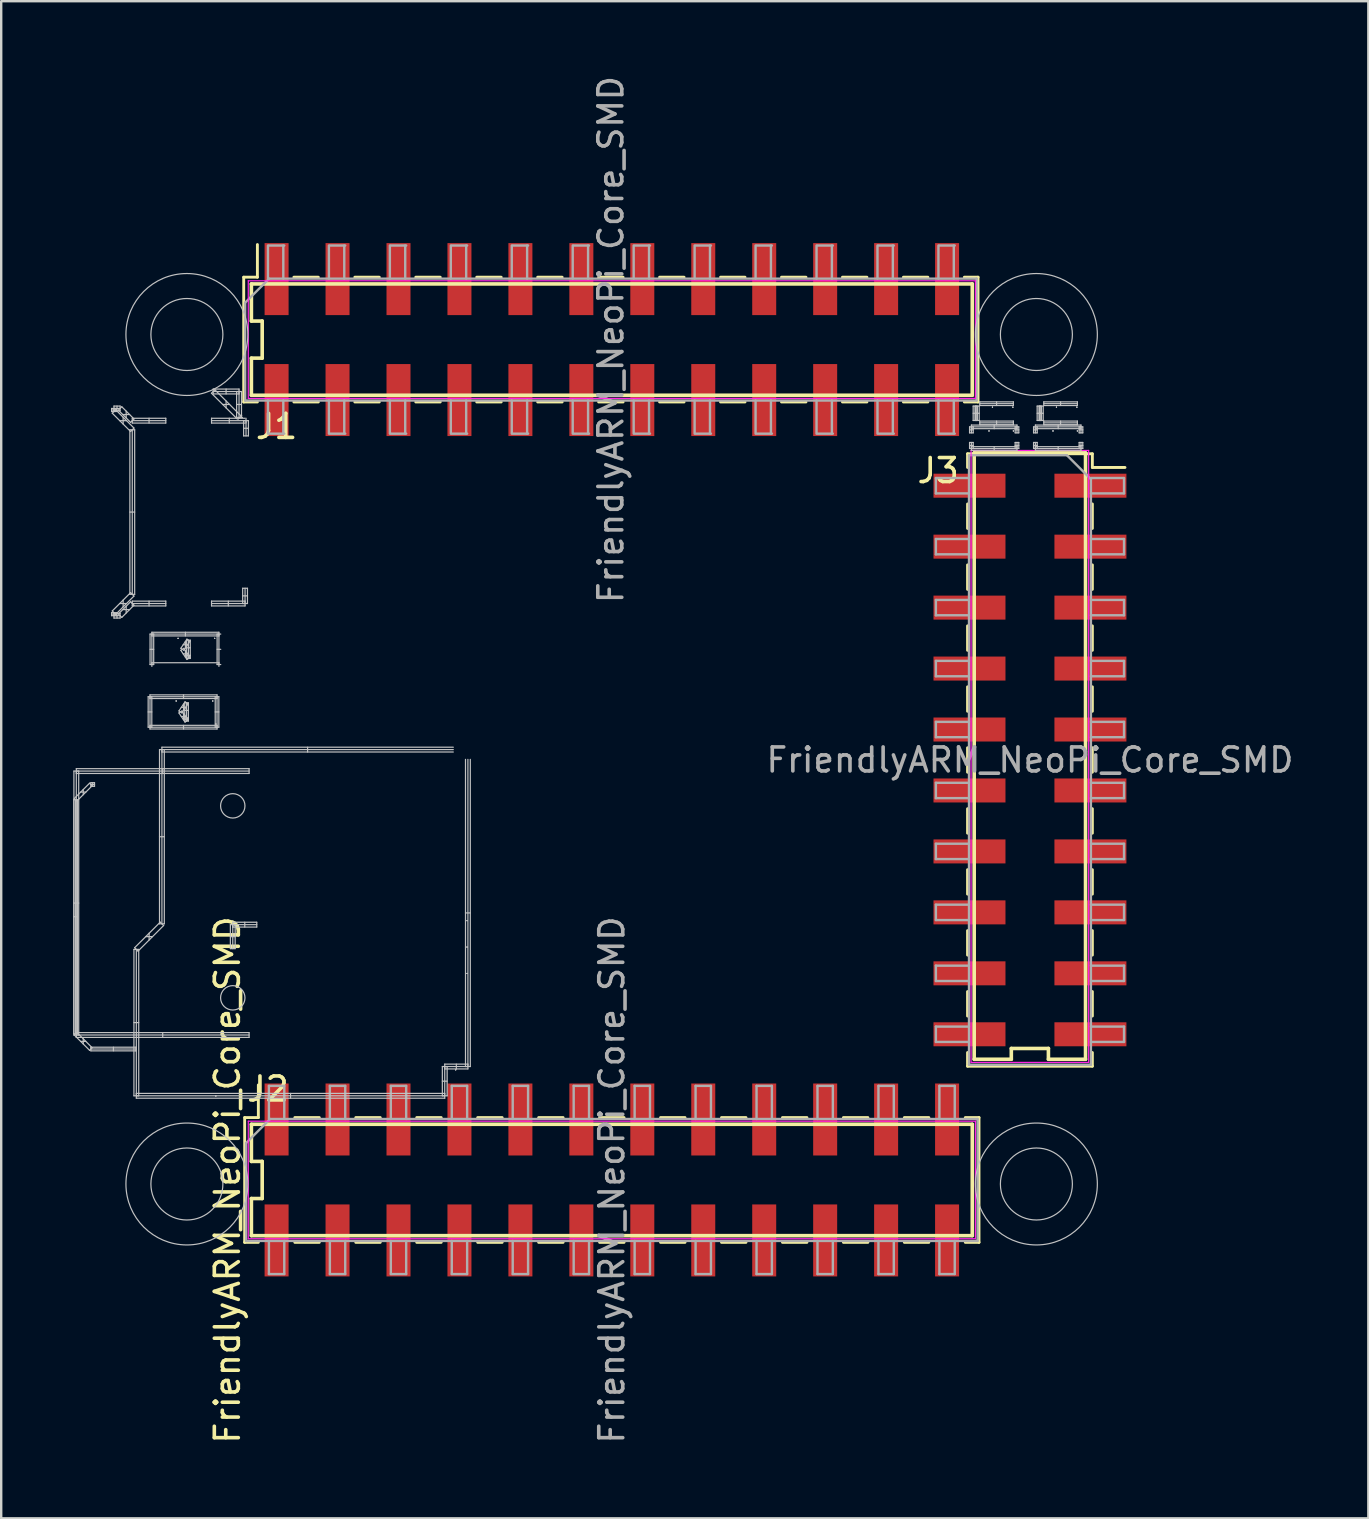
<source format=kicad_pcb>
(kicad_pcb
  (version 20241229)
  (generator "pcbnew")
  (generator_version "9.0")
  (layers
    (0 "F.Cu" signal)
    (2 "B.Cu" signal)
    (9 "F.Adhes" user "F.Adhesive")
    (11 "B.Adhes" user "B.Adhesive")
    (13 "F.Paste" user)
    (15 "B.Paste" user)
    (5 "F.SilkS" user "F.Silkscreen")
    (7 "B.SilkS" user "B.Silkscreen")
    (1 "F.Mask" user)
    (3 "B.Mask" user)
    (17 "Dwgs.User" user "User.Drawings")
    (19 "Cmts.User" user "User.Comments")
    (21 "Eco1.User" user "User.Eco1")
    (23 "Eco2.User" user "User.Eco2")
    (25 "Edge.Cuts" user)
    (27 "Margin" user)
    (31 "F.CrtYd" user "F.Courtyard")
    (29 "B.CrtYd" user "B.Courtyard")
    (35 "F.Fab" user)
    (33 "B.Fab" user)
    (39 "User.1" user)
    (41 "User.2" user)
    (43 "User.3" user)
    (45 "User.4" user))
  (footprint "FriendlyARM_NeoPi_Core_SMD"
    (layer "F.Cu")
    (at 22.446 46.121)
    (property "Reference" "FriendlyARM_NeoPi_Core_SMD" (at -16.02 0 90) (layer "F.SilkS") (effects (font (size 1 1) (thickness 0.15))))
    (attr through_hole)
    (fp_line (start -15.34 -37.62) (end -14.77 -37.62) (stroke (width 0.12) (type solid)) (layer "F.SilkS"))
    (fp_line (start -15.34 -32.42) (end -15.34 -37.62) (stroke (width 0.12) (type solid)) (layer "F.SilkS"))
    (fp_line (start -15.34 -32.42) (end -14.77 -32.42) (stroke (width 0.12) (type solid)) (layer "F.SilkS"))
    (fp_line (start -15.3 -2.6) (end -14.73 -2.6) (stroke (width 0.12) (type solid)) (layer "F.SilkS"))
    (fp_line (start -15.3 2.6) (end -15.3 -2.6) (stroke (width 0.12) (type solid)) (layer "F.SilkS"))
    (fp_line (start -15.3 2.6) (end -14.73 2.6) (stroke (width 0.12) (type solid)) (layer "F.SilkS"))
    (fp_line (start -15.02 -37.34) (end -15.02 -35.793) (stroke (width 0.15) (type solid)) (layer "F.SilkS"))
    (fp_line (start -15.02 -35.793) (end -14.57 -35.793) (stroke (width 0.15) (type solid)) (layer "F.SilkS"))
    (fp_line (start -15.02 -34.247) (end -15.02 -32.7) (stroke (width 0.15) (type solid)) (layer "F.SilkS"))
    (fp_line (start -15.02 -32.7) (end 15.02 -32.7) (stroke (width 0.15) (type solid)) (layer "F.SilkS"))
    (fp_line (start -15.02 -2.32) (end -15.02 -0.773) (stroke (width 0.15) (type solid)) (layer "F.SilkS"))
    (fp_line (start -15.02 -0.773) (end -14.57 -0.773) (stroke (width 0.15) (type solid)) (layer "F.SilkS"))
    (fp_line (start -15.02 0.773) (end -15.02 2.32) (stroke (width 0.15) (type solid)) (layer "F.SilkS"))
    (fp_line (start -15.02 2.32) (end 15.02 2.32) (stroke (width 0.15) (type solid)) (layer "F.SilkS"))
    (fp_line (start -14.77 -37.62) (end -14.77 -38.98) (stroke (width 0.12) (type solid)) (layer "F.SilkS"))
    (fp_line (start -14.73 -2.6) (end -14.73 -3.96) (stroke (width 0.12) (type solid)) (layer "F.SilkS"))
    (fp_line (start -14.57 -35.793) (end -14.57 -34.247) (stroke (width 0.15) (type solid)) (layer "F.SilkS"))
    (fp_line (start -14.57 -34.247) (end -15.02 -34.247) (stroke (width 0.15) (type solid)) (layer "F.SilkS"))
    (fp_line (start -14.57 -0.773) (end -14.57 0.773) (stroke (width 0.15) (type solid)) (layer "F.SilkS"))
    (fp_line (start -14.57 0.773) (end -15.02 0.773) (stroke (width 0.15) (type solid)) (layer "F.SilkS"))
    (fp_line (start -13.25 -37.62) (end -12.23 -37.62) (stroke (width 0.12) (type solid)) (layer "F.SilkS"))
    (fp_line (start -13.25 -32.42) (end -12.23 -32.42) (stroke (width 0.12) (type solid)) (layer "F.SilkS"))
    (fp_line (start -13.21 -2.6) (end -12.19 -2.6) (stroke (width 0.12) (type solid)) (layer "F.SilkS"))
    (fp_line (start -13.21 2.6) (end -12.19 2.6) (stroke (width 0.12) (type solid)) (layer "F.SilkS"))
    (fp_line (start -10.71 -37.62) (end -9.69 -37.62) (stroke (width 0.12) (type solid)) (layer "F.SilkS"))
    (fp_line (start -10.71 -32.42) (end -9.69 -32.42) (stroke (width 0.12) (type solid)) (layer "F.SilkS"))
    (fp_line (start -10.67 -2.6) (end -9.65 -2.6) (stroke (width 0.12) (type solid)) (layer "F.SilkS"))
    (fp_line (start -10.67 2.6) (end -9.65 2.6) (stroke (width 0.12) (type solid)) (layer "F.SilkS"))
    (fp_line (start -8.17 -37.62) (end -7.15 -37.62) (stroke (width 0.12) (type solid)) (layer "F.SilkS"))
    (fp_line (start -8.17 -32.42) (end -7.15 -32.42) (stroke (width 0.12) (type solid)) (layer "F.SilkS"))
    (fp_line (start -8.13 -2.6) (end -7.11 -2.6) (stroke (width 0.12) (type solid)) (layer "F.SilkS"))
    (fp_line (start -8.13 2.6) (end -7.11 2.6) (stroke (width 0.12) (type solid)) (layer "F.SilkS"))
    (fp_line (start -5.63 -37.62) (end -4.61 -37.62) (stroke (width 0.12) (type solid)) (layer "F.SilkS"))
    (fp_line (start -5.63 -32.42) (end -4.61 -32.42) (stroke (width 0.12) (type solid)) (layer "F.SilkS"))
    (fp_line (start -5.59 -2.6) (end -4.57 -2.6) (stroke (width 0.12) (type solid)) (layer "F.SilkS"))
    (fp_line (start -5.59 2.6) (end -4.57 2.6) (stroke (width 0.12) (type solid)) (layer "F.SilkS"))
    (fp_line (start -3.09 -37.62) (end -2.07 -37.62) (stroke (width 0.12) (type solid)) (layer "F.SilkS"))
    (fp_line (start -3.09 -32.42) (end -2.07 -32.42) (stroke (width 0.12) (type solid)) (layer "F.SilkS"))
    (fp_line (start -3.05 -2.6) (end -2.03 -2.6) (stroke (width 0.12) (type solid)) (layer "F.SilkS"))
    (fp_line (start -3.05 2.6) (end -2.03 2.6) (stroke (width 0.12) (type solid)) (layer "F.SilkS"))
    (fp_line (start -0.55 -37.62) (end 0.47 -37.62) (stroke (width 0.12) (type solid)) (layer "F.SilkS"))
    (fp_line (start -0.55 -32.42) (end 0.47 -32.42) (stroke (width 0.12) (type solid)) (layer "F.SilkS"))
    (fp_line (start -0.51 -2.6) (end 0.51 -2.6) (stroke (width 0.12) (type solid)) (layer "F.SilkS"))
    (fp_line (start -0.51 2.6) (end 0.51 2.6) (stroke (width 0.12) (type solid)) (layer "F.SilkS"))
    (fp_line (start 1.99 -37.62) (end 3.01 -37.62) (stroke (width 0.12) (type solid)) (layer "F.SilkS"))
    (fp_line (start 1.99 -32.42) (end 3.01 -32.42) (stroke (width 0.12) (type solid)) (layer "F.SilkS"))
    (fp_line (start 2.03 -2.6) (end 3.05 -2.6) (stroke (width 0.12) (type solid)) (layer "F.SilkS"))
    (fp_line (start 2.03 2.6) (end 3.05 2.6) (stroke (width 0.12) (type solid)) (layer "F.SilkS"))
    (fp_line (start 4.53 -37.62) (end 5.55 -37.62) (stroke (width 0.12) (type solid)) (layer "F.SilkS"))
    (fp_line (start 4.53 -32.42) (end 5.55 -32.42) (stroke (width 0.12) (type solid)) (layer "F.SilkS"))
    (fp_line (start 4.57 -2.6) (end 5.59 -2.6) (stroke (width 0.12) (type solid)) (layer "F.SilkS"))
    (fp_line (start 4.57 2.6) (end 5.59 2.6) (stroke (width 0.12) (type solid)) (layer "F.SilkS"))
    (fp_line (start 7.07 -37.62) (end 8.09 -37.62) (stroke (width 0.12) (type solid)) (layer "F.SilkS"))
    (fp_line (start 7.07 -32.42) (end 8.09 -32.42) (stroke (width 0.12) (type solid)) (layer "F.SilkS"))
    (fp_line (start 7.11 -2.6) (end 8.13 -2.6) (stroke (width 0.12) (type solid)) (layer "F.SilkS"))
    (fp_line (start 7.11 2.6) (end 8.13 2.6) (stroke (width 0.12) (type solid)) (layer "F.SilkS"))
    (fp_line (start 9.61 -37.62) (end 10.63 -37.62) (stroke (width 0.12) (type solid)) (layer "F.SilkS"))
    (fp_line (start 9.61 -32.42) (end 10.63 -32.42) (stroke (width 0.12) (type solid)) (layer "F.SilkS"))
    (fp_line (start 9.65 -2.6) (end 10.67 -2.6) (stroke (width 0.12) (type solid)) (layer "F.SilkS"))
    (fp_line (start 9.65 2.6) (end 10.67 2.6) (stroke (width 0.12) (type solid)) (layer "F.SilkS"))
    (fp_line (start 12.15 -37.62) (end 13.17 -37.62) (stroke (width 0.12) (type solid)) (layer "F.SilkS"))
    (fp_line (start 12.15 -32.42) (end 13.17 -32.42) (stroke (width 0.12) (type solid)) (layer "F.SilkS"))
    (fp_line (start 12.19 -2.6) (end 13.21 -2.6) (stroke (width 0.12) (type solid)) (layer "F.SilkS"))
    (fp_line (start 12.19 2.6) (end 13.21 2.6) (stroke (width 0.12) (type solid)) (layer "F.SilkS"))
    (fp_line (start 14.69 -37.62) (end 15.26 -37.62) (stroke (width 0.12) (type solid)) (layer "F.SilkS"))
    (fp_line (start 14.69 -32.42) (end 15.26 -32.42) (stroke (width 0.12) (type solid)) (layer "F.SilkS"))
    (fp_line (start 14.73 -2.6) (end 15.3 -2.6) (stroke (width 0.12) (type solid)) (layer "F.SilkS"))
    (fp_line (start 14.73 2.6) (end 15.3 2.6) (stroke (width 0.12) (type solid)) (layer "F.SilkS"))
    (fp_line (start 14.824 -30.261) (end 14.824 -29.691) (stroke (width 0.12) (type solid)) (layer "F.SilkS"))
    (fp_line (start 14.824 -30.261) (end 20.024 -30.261) (stroke (width 0.12) (type solid)) (layer "F.SilkS"))
    (fp_line (start 14.824 -28.171) (end 14.824 -27.151) (stroke (width 0.12) (type solid)) (layer "F.SilkS"))
    (fp_line (start 14.824 -25.631) (end 14.824 -24.611) (stroke (width 0.12) (type solid)) (layer "F.SilkS"))
    (fp_line (start 14.824 -23.091) (end 14.824 -22.071) (stroke (width 0.12) (type solid)) (layer "F.SilkS"))
    (fp_line (start 14.824 -20.551) (end 14.824 -19.531) (stroke (width 0.12) (type solid)) (layer "F.SilkS"))
    (fp_line (start 14.824 -18.011) (end 14.824 -16.991) (stroke (width 0.12) (type solid)) (layer "F.SilkS"))
    (fp_line (start 14.824 -15.471) (end 14.824 -14.451) (stroke (width 0.12) (type solid)) (layer "F.SilkS"))
    (fp_line (start 14.824 -12.931) (end 14.824 -11.911) (stroke (width 0.12) (type solid)) (layer "F.SilkS"))
    (fp_line (start 14.824 -10.391) (end 14.824 -9.371) (stroke (width 0.12) (type solid)) (layer "F.SilkS"))
    (fp_line (start 14.824 -7.851) (end 14.824 -6.831) (stroke (width 0.12) (type solid)) (layer "F.SilkS"))
    (fp_line (start 14.824 -5.311) (end 14.824 -4.741) (stroke (width 0.12) (type solid)) (layer "F.SilkS"))
    (fp_line (start 14.824 -4.741) (end 20.024 -4.741) (stroke (width 0.12) (type solid)) (layer "F.SilkS"))
    (fp_line (start 15.02 -37.34) (end -15.02 -37.34) (stroke (width 0.15) (type solid)) (layer "F.SilkS"))
    (fp_line (start 15.02 -32.7) (end 15.02 -37.34) (stroke (width 0.15) (type solid)) (layer "F.SilkS"))
    (fp_line (start 15.02 -2.32) (end -15.02 -2.32) (stroke (width 0.15) (type solid)) (layer "F.SilkS"))
    (fp_line (start 15.02 2.32) (end 15.02 -2.32) (stroke (width 0.15) (type solid)) (layer "F.SilkS"))
    (fp_line (start 15.1 -5.03) (end 16.647 -5.03) (stroke (width 0.15) (type solid)) (layer "F.SilkS"))
    (fp_line (start 15.1 -30.3) (end 15.1 -5.03) (stroke (width 0.15) (type solid)) (layer "F.SilkS"))
    (fp_line (start 15.1 -30.3) (end 19.74 -30.3) (stroke (width 0.15) (type solid)) (layer "F.SilkS"))
    (fp_line (start 15.26 -32.42) (end 15.26 -37.62) (stroke (width 0.12) (type solid)) (layer "F.SilkS"))
    (fp_line (start 15.3 2.6) (end 15.3 -2.6) (stroke (width 0.12) (type solid)) (layer "F.SilkS"))
    (fp_line (start 16.647 -5.48) (end 18.193 -5.48) (stroke (width 0.15) (type solid)) (layer "F.SilkS"))
    (fp_line (start 16.647 -5.03) (end 16.647 -5.48) (stroke (width 0.15) (type solid)) (layer "F.SilkS"))
    (fp_line (start 18.193 -5.48) (end 18.193 -5.03) (stroke (width 0.15) (type solid)) (layer "F.SilkS"))
    (fp_line (start 18.193 -5.03) (end 19.74 -5.03) (stroke (width 0.15) (type solid)) (layer "F.SilkS"))
    (fp_line (start 19.74 -5.03) (end 19.74 -30.3) (stroke (width 0.15) (type solid)) (layer "F.SilkS"))
    (fp_line (start 20.024 -30.261) (end 20.024 -29.691) (stroke (width 0.12) (type solid)) (layer "F.SilkS"))
    (fp_line (start 20.024 -29.691) (end 21.384 -29.691) (stroke (width 0.12) (type solid)) (layer "F.SilkS"))
    (fp_line (start 20.024 -28.171) (end 20.024 -27.151) (stroke (width 0.12) (type solid)) (layer "F.SilkS"))
    (fp_line (start 20.024 -25.631) (end 20.024 -24.611) (stroke (width 0.12) (type solid)) (layer "F.SilkS"))
    (fp_line (start 20.024 -23.091) (end 20.024 -22.071) (stroke (width 0.12) (type solid)) (layer "F.SilkS"))
    (fp_line (start 20.024 -20.551) (end 20.024 -19.531) (stroke (width 0.12) (type solid)) (layer "F.SilkS"))
    (fp_line (start 20.024 -18.011) (end 20.024 -16.991) (stroke (width 0.12) (type solid)) (layer "F.SilkS"))
    (fp_line (start 20.024 -15.471) (end 20.024 -14.451) (stroke (width 0.12) (type solid)) (layer "F.SilkS"))
    (fp_line (start 20.024 -12.931) (end 20.024 -11.911) (stroke (width 0.12) (type solid)) (layer "F.SilkS"))
    (fp_line (start 20.024 -10.391) (end 20.024 -9.371) (stroke (width 0.12) (type solid)) (layer "F.SilkS"))
    (fp_line (start 20.024 -7.851) (end 20.024 -6.831) (stroke (width 0.12) (type solid)) (layer "F.SilkS"))
    (fp_line (start 20.024 -5.311) (end 20.024 -4.741) (stroke (width 0.12) (type solid)) (layer "F.SilkS"))
    (fp_line (start -22.421 -15.846) (end -22.268 -15.846) (stroke (width 0.05) (type solid)) (layer "Dwgs.User"))
    (fp_line (start -22.421 -6.092) (end -22.421 -15.846) (stroke (width 0.05) (type solid)) (layer "Dwgs.User"))
    (fp_line (start -22.416 -17.04) (end -22.416 -6.04) (stroke (width 0.05) (type solid)) (layer "Dwgs.User"))
    (fp_line (start -22.416 -6.04) (end -22.216 -6.04) (stroke (width 0.05) (type solid)) (layer "Dwgs.User"))
    (fp_line (start -22.399 -15.899) (end -21.764 -16.534) (stroke (width 0.05) (type solid)) (layer "Dwgs.User"))
    (fp_line (start -22.399 -6.038) (end -22.291 -6.146) (stroke (width 0.05) (type solid)) (layer "Dwgs.User"))
    (fp_line (start -22.345 -15.846) (end -22.345 -6.092) (stroke (width 0.05) (type solid)) (layer "Dwgs.User"))
    (fp_line (start -22.316 -17.14) (end -22.316 -16.94) (stroke (width 0.05) (type solid)) (layer "Dwgs.User"))
    (fp_line (start -22.316 -16.94) (end -15.116 -16.94) (stroke (width 0.05) (type solid)) (layer "Dwgs.User"))
    (fp_line (start -22.316 -6.14) (end -22.316 -5.94) (stroke (width 0.05) (type solid)) (layer "Dwgs.User"))
    (fp_line (start -22.316 -6.04) (end -22.316 -17.04) (stroke (width 0.05) (type solid)) (layer "Dwgs.User"))
    (fp_line (start -22.316 -5.94) (end -15.116 -5.94) (stroke (width 0.05) (type solid)) (layer "Dwgs.User"))
    (fp_line (start -22.291 -15.792) (end -22.399 -15.899) (stroke (width 0.05) (type solid)) (layer "Dwgs.User"))
    (fp_line (start -22.291 -6.146) (end -21.656 -5.511) (stroke (width 0.05) (type solid)) (layer "Dwgs.User"))
    (fp_line (start -22.268 -15.846) (end -22.268 -6.092) (stroke (width 0.05) (type solid)) (layer "Dwgs.User"))
    (fp_line (start -22.268 -10.969) (end -22.421 -10.969) (stroke (width 0.05) (type solid)) (layer "Dwgs.User"))
    (fp_line (start -22.268 -6.092) (end -22.421 -6.092) (stroke (width 0.05) (type solid)) (layer "Dwgs.User"))
    (fp_line (start -22.216 -17.04) (end -22.416 -17.04) (stroke (width 0.05) (type solid)) (layer "Dwgs.User"))
    (fp_line (start -22.216 -11.54) (end -22.416 -11.54) (stroke (width 0.05) (type solid)) (layer "Dwgs.User"))
    (fp_line (start -22.216 -6.04) (end -22.216 -17.04) (stroke (width 0.05) (type solid)) (layer "Dwgs.User"))
    (fp_line (start -22.027 -16.271) (end -22.027 -16.055) (stroke (width 0.05) (type solid)) (layer "Dwgs.User"))
    (fp_line (start -22.027 -5.882) (end -22.027 -5.667) (stroke (width 0.05) (type solid)) (layer "Dwgs.User"))
    (fp_line (start -21.919 -16.163) (end -22.135 -16.163) (stroke (width 0.05) (type solid)) (layer "Dwgs.User"))
    (fp_line (start -21.919 -5.774) (end -22.135 -5.774) (stroke (width 0.05) (type solid)) (layer "Dwgs.User"))
    (fp_line (start -21.764 -16.534) (end -21.656 -16.427) (stroke (width 0.05) (type solid)) (layer "Dwgs.User"))
    (fp_line (start -21.764 -5.403) (end -22.399 -6.038) (stroke (width 0.05) (type solid)) (layer "Dwgs.User"))
    (fp_line (start -21.71 -16.557) (end -21.557 -16.557) (stroke (width 0.05) (type solid)) (layer "Dwgs.User"))
    (fp_line (start -21.71 -16.404) (end -21.71 -16.557) (stroke (width 0.05) (type solid)) (layer "Dwgs.User"))
    (fp_line (start -21.71 -5.533) (end -19.83 -5.533) (stroke (width 0.05) (type solid)) (layer "Dwgs.User"))
    (fp_line (start -21.71 -5.381) (end -21.71 -5.533) (stroke (width 0.05) (type solid)) (layer "Dwgs.User"))
    (fp_line (start -21.656 -16.427) (end -22.291 -15.792) (stroke (width 0.05) (type solid)) (layer "Dwgs.User"))
    (fp_line (start -21.656 -5.511) (end -21.764 -5.403) (stroke (width 0.05) (type solid)) (layer "Dwgs.User"))
    (fp_line (start -21.633 -16.557) (end -21.633 -16.404) (stroke (width 0.05) (type solid)) (layer "Dwgs.User"))
    (fp_line (start -21.557 -16.557) (end -21.557 -16.404) (stroke (width 0.05) (type solid)) (layer "Dwgs.User"))
    (fp_line (start -21.557 -16.481) (end -21.71 -16.481) (stroke (width 0.05) (type solid)) (layer "Dwgs.User"))
    (fp_line (start -21.557 -16.404) (end -21.71 -16.404) (stroke (width 0.05) (type solid)) (layer "Dwgs.User"))
    (fp_line (start -20.846 -32.15) (end -20.646 -32.15) (stroke (width 0.05) (type solid)) (layer "Dwgs.User"))
    (fp_line (start -20.846 -32.023) (end -20.846 -32.15) (stroke (width 0.05) (type solid)) (layer "Dwgs.User"))
    (fp_line (start -20.846 -23.641) (end -20.646 -23.641) (stroke (width 0.05) (type solid)) (layer "Dwgs.User"))
    (fp_line (start -20.846 -23.514) (end -20.846 -23.641) (stroke (width 0.05) (type solid)) (layer "Dwgs.User"))
    (fp_line (start -20.817 -31.952) (end -20.675 -32.094) (stroke (width 0.05) (type solid)) (layer "Dwgs.User"))
    (fp_line (start -20.817 -23.712) (end -20.055 -24.474) (stroke (width 0.05) (type solid)) (layer "Dwgs.User"))
    (fp_line (start -20.77 -5.533) (end -20.77 -5.381) (stroke (width 0.05) (type solid)) (layer "Dwgs.User"))
    (fp_line (start -20.746 -32.25) (end -20.492 -32.25) (stroke (width 0.05) (type solid)) (layer "Dwgs.User"))
    (fp_line (start -20.746 -32.15) (end -20.746 -32.023) (stroke (width 0.05) (type solid)) (layer "Dwgs.User"))
    (fp_line (start -20.746 -32.05) (end -20.746 -32.25) (stroke (width 0.05) (type solid)) (layer "Dwgs.User"))
    (fp_line (start -20.746 -23.641) (end -20.746 -23.514) (stroke (width 0.05) (type solid)) (layer "Dwgs.User"))
    (fp_line (start -20.746 -23.614) (end -20.492 -23.614) (stroke (width 0.05) (type solid)) (layer "Dwgs.User"))
    (fp_line (start -20.746 -23.414) (end -20.746 -23.614) (stroke (width 0.05) (type solid)) (layer "Dwgs.User"))
    (fp_line (start -20.675 -32.094) (end -19.913 -31.332) (stroke (width 0.05) (type solid)) (layer "Dwgs.User"))
    (fp_line (start -20.675 -23.57) (end -20.817 -23.712) (stroke (width 0.05) (type solid)) (layer "Dwgs.User"))
    (fp_line (start -20.646 -32.15) (end -20.646 -32.023) (stroke (width 0.05) (type solid)) (layer "Dwgs.User"))
    (fp_line (start -20.646 -32.087) (end -20.846 -32.087) (stroke (width 0.05) (type solid)) (layer "Dwgs.User"))
    (fp_line (start -20.646 -32.023) (end -20.846 -32.023) (stroke (width 0.05) (type solid)) (layer "Dwgs.User"))
    (fp_line (start -20.646 -23.641) (end -20.646 -23.514) (stroke (width 0.05) (type solid)) (layer "Dwgs.User"))
    (fp_line (start -20.646 -23.578) (end -20.846 -23.578) (stroke (width 0.05) (type solid)) (layer "Dwgs.User"))
    (fp_line (start -20.646 -23.514) (end -20.846 -23.514) (stroke (width 0.05) (type solid)) (layer "Dwgs.User"))
    (fp_line (start -20.619 -32.25) (end -20.619 -32.05) (stroke (width 0.05) (type solid)) (layer "Dwgs.User"))
    (fp_line (start -20.619 -23.614) (end -20.619 -23.414) (stroke (width 0.05) (type solid)) (layer "Dwgs.User"))
    (fp_line (start -20.563 -32.079) (end -20.421 -32.221) (stroke (width 0.05) (type solid)) (layer "Dwgs.User"))
    (fp_line (start -20.563 -23.585) (end -20.055 -24.093) (stroke (width 0.05) (type solid)) (layer "Dwgs.User"))
    (fp_line (start -20.492 -32.25) (end -20.492 -32.05) (stroke (width 0.05) (type solid)) (layer "Dwgs.User"))
    (fp_line (start -20.492 -32.15) (end -20.746 -32.15) (stroke (width 0.05) (type solid)) (layer "Dwgs.User"))
    (fp_line (start -20.492 -32.05) (end -20.746 -32.05) (stroke (width 0.05) (type solid)) (layer "Dwgs.User"))
    (fp_line (start -20.492 -23.614) (end -20.492 -23.414) (stroke (width 0.05) (type solid)) (layer "Dwgs.User"))
    (fp_line (start -20.492 -23.514) (end -20.746 -23.514) (stroke (width 0.05) (type solid)) (layer "Dwgs.User"))
    (fp_line (start -20.492 -23.414) (end -20.746 -23.414) (stroke (width 0.05) (type solid)) (layer "Dwgs.User"))
    (fp_line (start -20.421 -32.221) (end -19.913 -31.713) (stroke (width 0.05) (type solid)) (layer "Dwgs.User"))
    (fp_line (start -20.421 -23.443) (end -20.563 -23.585) (stroke (width 0.05) (type solid)) (layer "Dwgs.User"))
    (fp_line (start -20.365 -31.784) (end -20.365 -31.501) (stroke (width 0.05) (type solid)) (layer "Dwgs.User"))
    (fp_line (start -20.365 -24.164) (end -20.365 -23.881) (stroke (width 0.05) (type solid)) (layer "Dwgs.User"))
    (fp_line (start -20.238 -32.038) (end -20.238 -31.755) (stroke (width 0.05) (type solid)) (layer "Dwgs.User"))
    (fp_line (start -20.238 -23.91) (end -20.238 -23.627) (stroke (width 0.05) (type solid)) (layer "Dwgs.User"))
    (fp_line (start -20.223 -31.642) (end -20.506 -31.642) (stroke (width 0.05) (type solid)) (layer "Dwgs.User"))
    (fp_line (start -20.223 -24.022) (end -20.506 -24.022) (stroke (width 0.05) (type solid)) (layer "Dwgs.User"))
    (fp_line (start -20.096 -31.896) (end -20.379 -31.896) (stroke (width 0.05) (type solid)) (layer "Dwgs.User"))
    (fp_line (start -20.096 -23.768) (end -20.379 -23.768) (stroke (width 0.05) (type solid)) (layer "Dwgs.User"))
    (fp_line (start -20.084 -31.261) (end -19.884 -31.261) (stroke (width 0.05) (type solid)) (layer "Dwgs.User"))
    (fp_line (start -20.084 -24.403) (end -20.084 -31.261) (stroke (width 0.05) (type solid)) (layer "Dwgs.User"))
    (fp_line (start -20.055 -31.571) (end -20.563 -32.079) (stroke (width 0.05) (type solid)) (layer "Dwgs.User"))
    (fp_line (start -20.055 -31.19) (end -20.817 -31.952) (stroke (width 0.05) (type solid)) (layer "Dwgs.User"))
    (fp_line (start -20.055 -24.474) (end -19.913 -24.332) (stroke (width 0.05) (type solid)) (layer "Dwgs.User"))
    (fp_line (start -20.055 -24.093) (end -19.913 -23.951) (stroke (width 0.05) (type solid)) (layer "Dwgs.User"))
    (fp_line (start -19.984 -31.742) (end -18.587 -31.742) (stroke (width 0.05) (type solid)) (layer "Dwgs.User"))
    (fp_line (start -19.984 -31.542) (end -19.984 -31.742) (stroke (width 0.05) (type solid)) (layer "Dwgs.User"))
    (fp_line (start -19.984 -31.261) (end -19.984 -24.403) (stroke (width 0.05) (type solid)) (layer "Dwgs.User"))
    (fp_line (start -19.984 -24.122) (end -18.587 -24.122) (stroke (width 0.05) (type solid)) (layer "Dwgs.User"))
    (fp_line (start -19.984 -23.922) (end -19.984 -24.122) (stroke (width 0.05) (type solid)) (layer "Dwgs.User"))
    (fp_line (start -19.915 -9.607) (end -19.715 -9.607) (stroke (width 0.05) (type solid)) (layer "Dwgs.User"))
    (fp_line (start -19.915 -6.557) (end -19.715 -6.557) (stroke (width 0.05) (type solid)) (layer "Dwgs.User"))
    (fp_line (start -19.915 -3.507) (end -19.915 -9.607) (stroke (width 0.05) (type solid)) (layer "Dwgs.User"))
    (fp_line (start -19.913 -31.713) (end -20.055 -31.571) (stroke (width 0.05) (type solid)) (layer "Dwgs.User"))
    (fp_line (start -19.913 -31.332) (end -20.055 -31.19) (stroke (width 0.05) (type solid)) (layer "Dwgs.User"))
    (fp_line (start -19.913 -24.332) (end -20.675 -23.57) (stroke (width 0.05) (type solid)) (layer "Dwgs.User"))
    (fp_line (start -19.913 -23.951) (end -20.421 -23.443) (stroke (width 0.05) (type solid)) (layer "Dwgs.User"))
    (fp_line (start -19.886 -9.678) (end -18.819 -10.744) (stroke (width 0.05) (type solid)) (layer "Dwgs.User"))
    (fp_line (start -19.884 -31.261) (end -19.884 -24.403) (stroke (width 0.05) (type solid)) (layer "Dwgs.User"))
    (fp_line (start -19.884 -27.832) (end -20.084 -27.832) (stroke (width 0.05) (type solid)) (layer "Dwgs.User"))
    (fp_line (start -19.884 -24.403) (end -20.084 -24.403) (stroke (width 0.05) (type solid)) (layer "Dwgs.User"))
    (fp_line (start -19.83 -5.533) (end -19.83 -5.381) (stroke (width 0.05) (type solid)) (layer "Dwgs.User"))
    (fp_line (start -19.83 -5.457) (end -21.71 -5.457) (stroke (width 0.05) (type solid)) (layer "Dwgs.User"))
    (fp_line (start -19.83 -5.381) (end -21.71 -5.381) (stroke (width 0.05) (type solid)) (layer "Dwgs.User"))
    (fp_line (start -19.815 -3.607) (end -6.963 -3.607) (stroke (width 0.05) (type solid)) (layer "Dwgs.User"))
    (fp_line (start -19.815 -3.507) (end -19.815 -9.607) (stroke (width 0.05) (type solid)) (layer "Dwgs.User"))
    (fp_line (start -19.815 -3.507) (end -6.963 -3.507) (stroke (width 0.05) (type solid)) (layer "Dwgs.User"))
    (fp_line (start -19.815 -3.407) (end -19.815 -3.607) (stroke (width 0.05) (type solid)) (layer "Dwgs.User"))
    (fp_line (start -19.745 -9.536) (end -19.886 -9.678) (stroke (width 0.05) (type solid)) (layer "Dwgs.User"))
    (fp_line (start -19.715 -9.607) (end -19.715 -3.507) (stroke (width 0.05) (type solid)) (layer "Dwgs.User"))
    (fp_line (start -19.715 -3.507) (end -19.915 -3.507) (stroke (width 0.05) (type solid)) (layer "Dwgs.User"))
    (fp_line (start -19.423 -10.14) (end -19.141 -10.14) (stroke (width 0.05) (type solid)) (layer "Dwgs.User"))
    (fp_line (start -19.322 -20.138) (end -19.322 -18.868) (stroke (width 0.05) (type solid)) (layer "Dwgs.User"))
    (fp_line (start -19.322 -18.868) (end -19.17 -18.868) (stroke (width 0.05) (type solid)) (layer "Dwgs.User"))
    (fp_line (start -19.285 -31.742) (end -19.285 -31.542) (stroke (width 0.05) (type solid)) (layer "Dwgs.User"))
    (fp_line (start -19.285 -24.122) (end -19.285 -23.922) (stroke (width 0.05) (type solid)) (layer "Dwgs.User"))
    (fp_line (start -19.282 -9.999) (end -19.282 -10.282) (stroke (width 0.05) (type solid)) (layer "Dwgs.User"))
    (fp_line (start -19.246 -20.214) (end -19.246 -20.062) (stroke (width 0.05) (type solid)) (layer "Dwgs.User"))
    (fp_line (start -19.246 -20.062) (end -16.452 -20.062) (stroke (width 0.05) (type solid)) (layer "Dwgs.User"))
    (fp_line (start -19.246 -18.944) (end -19.246 -18.792) (stroke (width 0.05) (type solid)) (layer "Dwgs.User"))
    (fp_line (start -19.246 -18.868) (end -19.246 -20.138) (stroke (width 0.05) (type solid)) (layer "Dwgs.User"))
    (fp_line (start -19.246 -18.792) (end -16.452 -18.792) (stroke (width 0.05) (type solid)) (layer "Dwgs.User"))
    (fp_line (start -19.243 -22.748) (end -19.243 -21.478) (stroke (width 0.05) (type solid)) (layer "Dwgs.User"))
    (fp_line (start -19.243 -21.478) (end -19.091 -21.478) (stroke (width 0.05) (type solid)) (layer "Dwgs.User"))
    (fp_line (start -19.17 -20.138) (end -19.322 -20.138) (stroke (width 0.05) (type solid)) (layer "Dwgs.User"))
    (fp_line (start -19.17 -19.503) (end -19.322 -19.503) (stroke (width 0.05) (type solid)) (layer "Dwgs.User"))
    (fp_line (start -19.17 -18.868) (end -19.17 -20.138) (stroke (width 0.05) (type solid)) (layer "Dwgs.User"))
    (fp_line (start -19.167 -22.824) (end -19.167 -22.672) (stroke (width 0.05) (type solid)) (layer "Dwgs.User"))
    (fp_line (start -19.167 -22.672) (end -16.373 -22.672) (stroke (width 0.05) (type solid)) (layer "Dwgs.User"))
    (fp_line (start -19.167 -21.554) (end -19.167 -21.402) (stroke (width 0.05) (type solid)) (layer "Dwgs.User"))
    (fp_line (start -19.167 -21.478) (end -19.167 -22.748) (stroke (width 0.05) (type solid)) (layer "Dwgs.User"))
    (fp_line (start -19.091 -22.748) (end -19.243 -22.748) (stroke (width 0.05) (type solid)) (layer "Dwgs.User"))
    (fp_line (start -19.091 -22.113) (end -19.243 -22.113) (stroke (width 0.05) (type solid)) (layer "Dwgs.User"))
    (fp_line (start -19.091 -21.478) (end -19.091 -22.748) (stroke (width 0.05) (type solid)) (layer "Dwgs.User"))
    (fp_line (start -18.849 -17.933) (end -18.649 -17.933) (stroke (width 0.05) (type solid)) (layer "Dwgs.User"))
    (fp_line (start -18.849 -14.303) (end -18.649 -14.303) (stroke (width 0.05) (type solid)) (layer "Dwgs.User"))
    (fp_line (start -18.849 -10.674) (end -18.849 -17.933) (stroke (width 0.05) (type solid)) (layer "Dwgs.User"))
    (fp_line (start -18.819 -10.744) (end -18.678 -10.603) (stroke (width 0.05) (type solid)) (layer "Dwgs.User"))
    (fp_line (start -18.749 -18.033) (end -6.607 -18.033) (stroke (width 0.05) (type solid)) (layer "Dwgs.User"))
    (fp_line (start -18.749 -17.933) (end -6.607 -17.933) (stroke (width 0.05) (type solid)) (layer "Dwgs.User"))
    (fp_line (start -18.749 -17.833) (end -18.749 -18.033) (stroke (width 0.05) (type solid)) (layer "Dwgs.User"))
    (fp_line (start -18.749 -10.674) (end -18.749 -17.933) (stroke (width 0.05) (type solid)) (layer "Dwgs.User"))
    (fp_line (start -18.716 -16.94) (end -18.716 -17.14) (stroke (width 0.05) (type solid)) (layer "Dwgs.User"))
    (fp_line (start -18.716 -5.94) (end -18.716 -6.14) (stroke (width 0.05) (type solid)) (layer "Dwgs.User"))
    (fp_line (start -18.678 -10.603) (end -19.745 -9.536) (stroke (width 0.05) (type solid)) (layer "Dwgs.User"))
    (fp_line (start -18.649 -17.933) (end -18.649 -10.674) (stroke (width 0.05) (type solid)) (layer "Dwgs.User"))
    (fp_line (start -18.649 -10.674) (end -18.849 -10.674) (stroke (width 0.05) (type solid)) (layer "Dwgs.User"))
    (fp_line (start -18.587 -31.742) (end -18.587 -31.542) (stroke (width 0.05) (type solid)) (layer "Dwgs.User"))
    (fp_line (start -18.587 -31.642) (end -19.984 -31.642) (stroke (width 0.05) (type solid)) (layer "Dwgs.User"))
    (fp_line (start -18.587 -31.542) (end -19.984 -31.542) (stroke (width 0.05) (type solid)) (layer "Dwgs.User"))
    (fp_line (start -18.587 -24.122) (end -18.587 -23.922) (stroke (width 0.05) (type solid)) (layer "Dwgs.User"))
    (fp_line (start -18.587 -24.022) (end -19.984 -24.022) (stroke (width 0.05) (type solid)) (layer "Dwgs.User"))
    (fp_line (start -18.587 -23.922) (end -19.984 -23.922) (stroke (width 0.05) (type solid)) (layer "Dwgs.User"))
    (fp_line (start -18.154 -19.96) (end -18.154 -19.96) (stroke (width 0.05) (type solid)) (layer "Dwgs.User"))
    (fp_line (start -18.154 -19.96) (end -18.154 -19.96) (stroke (width 0.05) (type solid)) (layer "Dwgs.User"))
    (fp_line (start -18.154 -19.96) (end -18.154 -19.96) (stroke (width 0.05) (type solid)) (layer "Dwgs.User"))
    (fp_line (start -18.154 -19.96) (end -18.154 -19.96) (stroke (width 0.05) (type solid)) (layer "Dwgs.User"))
    (fp_line (start -18.075 -22.57) (end -18.075 -22.57) (stroke (width 0.05) (type solid)) (layer "Dwgs.User"))
    (fp_line (start -18.075 -22.57) (end -18.075 -22.57) (stroke (width 0.05) (type solid)) (layer "Dwgs.User"))
    (fp_line (start -18.075 -22.57) (end -18.075 -22.57) (stroke (width 0.05) (type solid)) (layer "Dwgs.User"))
    (fp_line (start -18.075 -22.57) (end -18.075 -22.57) (stroke (width 0.05) (type solid)) (layer "Dwgs.User"))
    (fp_line (start -18.039 -19.545) (end -17.785 -19.926) (stroke (width 0.05) (type solid)) (layer "Dwgs.User"))
    (fp_line (start -18.039 -19.461) (end -17.912 -19.545) (stroke (width 0.05) (type solid)) (layer "Dwgs.User"))
    (fp_line (start -17.96 -22.155) (end -17.706 -22.536) (stroke (width 0.05) (type solid)) (layer "Dwgs.User"))
    (fp_line (start -17.96 -22.071) (end -17.833 -22.155) (stroke (width 0.05) (type solid)) (layer "Dwgs.User"))
    (fp_line (start -17.912 -19.545) (end -17.658 -19.164) (stroke (width 0.05) (type solid)) (layer "Dwgs.User"))
    (fp_line (start -17.912 -19.461) (end -18.039 -19.545) (stroke (width 0.05) (type solid)) (layer "Dwgs.User"))
    (fp_line (start -17.849 -20.062) (end -17.849 -20.214) (stroke (width 0.05) (type solid)) (layer "Dwgs.User"))
    (fp_line (start -17.849 -19.556) (end -17.849 -19.831) (stroke (width 0.05) (type solid)) (layer "Dwgs.User"))
    (fp_line (start -17.849 -19.175) (end -17.849 -19.45) (stroke (width 0.05) (type solid)) (layer "Dwgs.User"))
    (fp_line (start -17.849 -18.792) (end -17.849 -18.944) (stroke (width 0.05) (type solid)) (layer "Dwgs.User"))
    (fp_line (start -17.833 -22.155) (end -17.579 -21.774) (stroke (width 0.05) (type solid)) (layer "Dwgs.User"))
    (fp_line (start -17.833 -22.071) (end -17.96 -22.155) (stroke (width 0.05) (type solid)) (layer "Dwgs.User"))
    (fp_line (start -17.798 -19.884) (end -17.646 -19.884) (stroke (width 0.05) (type solid)) (layer "Dwgs.User"))
    (fp_line (start -17.798 -19.249) (end -17.798 -19.884) (stroke (width 0.05) (type solid)) (layer "Dwgs.User"))
    (fp_line (start -17.798 -19.249) (end -17.646 -19.249) (stroke (width 0.05) (type solid)) (layer "Dwgs.User"))
    (fp_line (start -17.798 -19.122) (end -17.798 -19.249) (stroke (width 0.05) (type solid)) (layer "Dwgs.User"))
    (fp_line (start -17.785 -19.926) (end -17.658 -19.842) (stroke (width 0.05) (type solid)) (layer "Dwgs.User"))
    (fp_line (start -17.785 -19.08) (end -18.039 -19.461) (stroke (width 0.05) (type solid)) (layer "Dwgs.User"))
    (fp_line (start -17.77 -22.672) (end -17.77 -22.824) (stroke (width 0.05) (type solid)) (layer "Dwgs.User"))
    (fp_line (start -17.77 -22.166) (end -17.77 -22.441) (stroke (width 0.05) (type solid)) (layer "Dwgs.User"))
    (fp_line (start -17.77 -21.785) (end -17.77 -22.06) (stroke (width 0.05) (type solid)) (layer "Dwgs.User"))
    (fp_line (start -17.757 -19.694) (end -17.94 -19.694) (stroke (width 0.05) (type solid)) (layer "Dwgs.User"))
    (fp_line (start -17.757 -19.313) (end -17.94 -19.313) (stroke (width 0.05) (type solid)) (layer "Dwgs.User"))
    (fp_line (start -17.722 -19.249) (end -17.722 -19.884) (stroke (width 0.05) (type solid)) (layer "Dwgs.User"))
    (fp_line (start -17.722 -19.122) (end -17.722 -19.249) (stroke (width 0.05) (type solid)) (layer "Dwgs.User"))
    (fp_line (start -17.719 -22.494) (end -17.567 -22.494) (stroke (width 0.05) (type solid)) (layer "Dwgs.User"))
    (fp_line (start -17.719 -21.859) (end -17.719 -22.494) (stroke (width 0.05) (type solid)) (layer "Dwgs.User"))
    (fp_line (start -17.719 -21.859) (end -17.567 -21.859) (stroke (width 0.05) (type solid)) (layer "Dwgs.User"))
    (fp_line (start -17.719 -21.732) (end -17.719 -21.859) (stroke (width 0.05) (type solid)) (layer "Dwgs.User"))
    (fp_line (start -17.706 -22.536) (end -17.579 -22.452) (stroke (width 0.05) (type solid)) (layer "Dwgs.User"))
    (fp_line (start -17.706 -21.69) (end -17.96 -22.071) (stroke (width 0.05) (type solid)) (layer "Dwgs.User"))
    (fp_line (start -17.678 -22.304) (end -17.861 -22.304) (stroke (width 0.05) (type solid)) (layer "Dwgs.User"))
    (fp_line (start -17.678 -21.923) (end -17.861 -21.923) (stroke (width 0.05) (type solid)) (layer "Dwgs.User"))
    (fp_line (start -17.658 -19.842) (end -17.912 -19.461) (stroke (width 0.05) (type solid)) (layer "Dwgs.User"))
    (fp_line (start -17.658 -19.164) (end -17.785 -19.08) (stroke (width 0.05) (type solid)) (layer "Dwgs.User"))
    (fp_line (start -17.646 -19.884) (end -17.646 -19.249) (stroke (width 0.05) (type solid)) (layer "Dwgs.User"))
    (fp_line (start -17.646 -19.567) (end -17.798 -19.567) (stroke (width 0.05) (type solid)) (layer "Dwgs.User"))
    (fp_line (start -17.646 -19.249) (end -17.798 -19.249) (stroke (width 0.05) (type solid)) (layer "Dwgs.User"))
    (fp_line (start -17.646 -19.249) (end -17.646 -19.122) (stroke (width 0.05) (type solid)) (layer "Dwgs.User"))
    (fp_line (start -17.646 -19.186) (end -17.798 -19.186) (stroke (width 0.05) (type solid)) (layer "Dwgs.User"))
    (fp_line (start -17.646 -19.122) (end -17.798 -19.122) (stroke (width 0.05) (type solid)) (layer "Dwgs.User"))
    (fp_line (start -17.643 -21.859) (end -17.643 -22.494) (stroke (width 0.05) (type solid)) (layer "Dwgs.User"))
    (fp_line (start -17.643 -21.732) (end -17.643 -21.859) (stroke (width 0.05) (type solid)) (layer "Dwgs.User"))
    (fp_line (start -17.579 -22.452) (end -17.833 -22.071) (stroke (width 0.05) (type solid)) (layer "Dwgs.User"))
    (fp_line (start -17.579 -21.774) (end -17.706 -21.69) (stroke (width 0.05) (type solid)) (layer "Dwgs.User"))
    (fp_line (start -17.567 -22.494) (end -17.567 -21.859) (stroke (width 0.05) (type solid)) (layer "Dwgs.User"))
    (fp_line (start -17.567 -22.177) (end -17.719 -22.177) (stroke (width 0.05) (type solid)) (layer "Dwgs.User"))
    (fp_line (start -17.567 -21.859) (end -17.719 -21.859) (stroke (width 0.05) (type solid)) (layer "Dwgs.User"))
    (fp_line (start -17.567 -21.859) (end -17.567 -21.732) (stroke (width 0.05) (type solid)) (layer "Dwgs.User"))
    (fp_line (start -17.567 -21.796) (end -17.719 -21.796) (stroke (width 0.05) (type solid)) (layer "Dwgs.User"))
    (fp_line (start -17.567 -21.732) (end -17.719 -21.732) (stroke (width 0.05) (type solid)) (layer "Dwgs.User"))
    (fp_line (start -16.684 -32.784) (end -16.541 -32.928) (stroke (width 0.05) (type solid)) (layer "Dwgs.User"))
    (fp_line (start -16.681 -31.742) (end -15.284 -31.742) (stroke (width 0.05) (type solid)) (layer "Dwgs.User"))
    (fp_line (start -16.681 -31.542) (end -16.681 -31.742) (stroke (width 0.05) (type solid)) (layer "Dwgs.User"))
    (fp_line (start -16.681 -24.122) (end -15.284 -24.122) (stroke (width 0.05) (type solid)) (layer "Dwgs.User"))
    (fp_line (start -16.681 -24.022) (end -15.284 -24.022) (stroke (width 0.05) (type solid)) (layer "Dwgs.User"))
    (fp_line (start -16.681 -23.922) (end -16.681 -24.122) (stroke (width 0.05) (type solid)) (layer "Dwgs.User"))
    (fp_line (start -16.63 -19.96) (end -16.63 -19.96) (stroke (width 0.05) (type solid)) (layer "Dwgs.User"))
    (fp_line (start -16.63 -19.96) (end -16.63 -19.96) (stroke (width 0.05) (type solid)) (layer "Dwgs.User"))
    (fp_line (start -16.63 -19.96) (end -16.63 -19.96) (stroke (width 0.05) (type solid)) (layer "Dwgs.User"))
    (fp_line (start -16.63 -19.96) (end -16.63 -19.96) (stroke (width 0.05) (type solid)) (layer "Dwgs.User"))
    (fp_line (start -16.612 -32.958) (end -15.535 -32.958) (stroke (width 0.05) (type solid)) (layer "Dwgs.User"))
    (fp_line (start -16.612 -32.755) (end -16.612 -32.958) (stroke (width 0.05) (type solid)) (layer "Dwgs.User"))
    (fp_line (start -16.551 -22.57) (end -16.551 -22.57) (stroke (width 0.05) (type solid)) (layer "Dwgs.User"))
    (fp_line (start -16.551 -22.57) (end -16.551 -22.57) (stroke (width 0.05) (type solid)) (layer "Dwgs.User"))
    (fp_line (start -16.551 -22.57) (end -16.551 -22.57) (stroke (width 0.05) (type solid)) (layer "Dwgs.User"))
    (fp_line (start -16.551 -22.57) (end -16.551 -22.57) (stroke (width 0.05) (type solid)) (layer "Dwgs.User"))
    (fp_line (start -16.541 -32.928) (end -15.463 -31.85) (stroke (width 0.05) (type solid)) (layer "Dwgs.User"))
    (fp_line (start -16.528 -20.138) (end -16.528 -18.868) (stroke (width 0.05) (type solid)) (layer "Dwgs.User"))
    (fp_line (start -16.528 -18.868) (end -16.376 -18.868) (stroke (width 0.05) (type solid)) (layer "Dwgs.User"))
    (fp_line (start -16.501 -19) (end -16.501 -19) (stroke (width 0.05) (type solid)) (layer "Dwgs.User"))
    (fp_line (start -16.501 -19) (end -16.501 -19) (stroke (width 0.05) (type solid)) (layer "Dwgs.User"))
    (fp_line (start -16.501 -19) (end -16.501 -19) (stroke (width 0.05) (type solid)) (layer "Dwgs.User"))
    (fp_line (start -16.501 -19) (end -16.501 -19) (stroke (width 0.05) (type solid)) (layer "Dwgs.User"))
    (fp_line (start -16.501 -3.5) (end -16.501 -3.5) (stroke (width 0.05) (type solid)) (layer "Dwgs.User"))
    (fp_line (start -16.501 -3.5) (end -16.501 -3.5) (stroke (width 0.05) (type solid)) (layer "Dwgs.User"))
    (fp_line (start -16.501 -3.5) (end -16.501 -3.5) (stroke (width 0.05) (type solid)) (layer "Dwgs.User"))
    (fp_line (start -16.501 -3.5) (end -16.501 -3.5) (stroke (width 0.05) (type solid)) (layer "Dwgs.User"))
    (fp_line (start -16.452 -20.214) (end -19.246 -20.214) (stroke (width 0.05) (type solid)) (layer "Dwgs.User"))
    (fp_line (start -16.452 -20.138) (end -19.246 -20.138) (stroke (width 0.05) (type solid)) (layer "Dwgs.User"))
    (fp_line (start -16.452 -20.062) (end -16.452 -20.214) (stroke (width 0.05) (type solid)) (layer "Dwgs.User"))
    (fp_line (start -16.452 -18.944) (end -19.246 -18.944) (stroke (width 0.05) (type solid)) (layer "Dwgs.User"))
    (fp_line (start -16.452 -18.868) (end -19.246 -18.868) (stroke (width 0.05) (type solid)) (layer "Dwgs.User"))
    (fp_line (start -16.452 -18.868) (end -16.452 -20.138) (stroke (width 0.05) (type solid)) (layer "Dwgs.User"))
    (fp_line (start -16.452 -18.792) (end -16.452 -18.944) (stroke (width 0.05) (type solid)) (layer "Dwgs.User"))
    (fp_line (start -16.449 -22.748) (end -16.449 -21.478) (stroke (width 0.05) (type solid)) (layer "Dwgs.User"))
    (fp_line (start -16.449 -21.478) (end -16.297 -21.478) (stroke (width 0.05) (type solid)) (layer "Dwgs.User"))
    (fp_line (start -16.376 -20.138) (end -16.528 -20.138) (stroke (width 0.05) (type solid)) (layer "Dwgs.User"))
    (fp_line (start -16.376 -19.503) (end -16.528 -19.503) (stroke (width 0.05) (type solid)) (layer "Dwgs.User"))
    (fp_line (start -16.376 -18.868) (end -16.376 -20.138) (stroke (width 0.05) (type solid)) (layer "Dwgs.User"))
    (fp_line (start -16.373 -22.824) (end -19.167 -22.824) (stroke (width 0.05) (type solid)) (layer "Dwgs.User"))
    (fp_line (start -16.373 -22.748) (end -19.167 -22.748) (stroke (width 0.05) (type solid)) (layer "Dwgs.User"))
    (fp_line (start -16.373 -22.672) (end -16.373 -22.824) (stroke (width 0.05) (type solid)) (layer "Dwgs.User"))
    (fp_line (start -16.373 -21.554) (end -19.167 -21.554) (stroke (width 0.05) (type solid)) (layer "Dwgs.User"))
    (fp_line (start -16.373 -21.478) (end -16.373 -22.748) (stroke (width 0.05) (type solid)) (layer "Dwgs.User"))
    (fp_line (start -16.373 -21.402) (end -16.373 -21.554) (stroke (width 0.05) (type solid)) (layer "Dwgs.User"))
    (fp_line (start -16.297 -22.748) (end -16.449 -22.748) (stroke (width 0.05) (type solid)) (layer "Dwgs.User"))
    (fp_line (start -16.297 -22.113) (end -16.449 -22.113) (stroke (width 0.05) (type solid)) (layer "Dwgs.User"))
    (fp_line (start -16.074 -32.958) (end -16.074 -32.755) (stroke (width 0.05) (type solid)) (layer "Dwgs.User"))
    (fp_line (start -16.074 -32.461) (end -16.074 -32.174) (stroke (width 0.05) (type solid)) (layer "Dwgs.User"))
    (fp_line (start -15.982 -23.922) (end -15.982 -24.122) (stroke (width 0.05) (type solid)) (layer "Dwgs.User"))
    (fp_line (start -15.942 -31.542) (end -15.942 -31.742) (stroke (width 0.05) (type solid)) (layer "Dwgs.User"))
    (fp_line (start -15.93 -32.317) (end -16.217 -32.317) (stroke (width 0.05) (type solid)) (layer "Dwgs.User"))
    (fp_line (start -15.896 -10.64) (end -15.896 -9.64) (stroke (width 0.05) (type solid)) (layer "Dwgs.User"))
    (fp_line (start -15.896 -10.14) (end -15.696 -10.14) (stroke (width 0.05) (type solid)) (layer "Dwgs.User"))
    (fp_line (start -15.896 -9.64) (end -15.696 -9.64) (stroke (width 0.05) (type solid)) (layer "Dwgs.User"))
    (fp_line (start -15.796 -10.74) (end -15.796 -10.54) (stroke (width 0.05) (type solid)) (layer "Dwgs.User"))
    (fp_line (start -15.796 -10.64) (end -14.796 -10.64) (stroke (width 0.05) (type solid)) (layer "Dwgs.User"))
    (fp_line (start -15.796 -10.54) (end -14.796 -10.54) (stroke (width 0.05) (type solid)) (layer "Dwgs.User"))
    (fp_line (start -15.796 -9.64) (end -15.796 -10.64) (stroke (width 0.05) (type solid)) (layer "Dwgs.User"))
    (fp_line (start -15.696 -10.64) (end -15.896 -10.64) (stroke (width 0.05) (type solid)) (layer "Dwgs.User"))
    (fp_line (start -15.696 -9.64) (end -15.696 -10.64) (stroke (width 0.05) (type solid)) (layer "Dwgs.User"))
    (fp_line (start -15.636 -32.856) (end -15.433 -32.856) (stroke (width 0.05) (type solid)) (layer "Dwgs.User"))
    (fp_line (start -15.636 -31.778) (end -15.636 -32.856) (stroke (width 0.05) (type solid)) (layer "Dwgs.User"))
    (fp_line (start -15.607 -31.707) (end -16.684 -32.784) (stroke (width 0.05) (type solid)) (layer "Dwgs.User"))
    (fp_line (start -15.535 -32.958) (end -15.535 -32.755) (stroke (width 0.05) (type solid)) (layer "Dwgs.User"))
    (fp_line (start -15.535 -32.856) (end -16.612 -32.856) (stroke (width 0.05) (type solid)) (layer "Dwgs.User"))
    (fp_line (start -15.535 -32.856) (end -15.535 -31.778) (stroke (width 0.05) (type solid)) (layer "Dwgs.User"))
    (fp_line (start -15.535 -32.755) (end -16.612 -32.755) (stroke (width 0.05) (type solid)) (layer "Dwgs.User"))
    (fp_line (start -15.433 -32.856) (end -15.433 -31.778) (stroke (width 0.05) (type solid)) (layer "Dwgs.User"))
    (fp_line (start -15.433 -32.317) (end -15.636 -32.317) (stroke (width 0.05) (type solid)) (layer "Dwgs.User"))
    (fp_line (start -15.423 -31.85) (end -15.567 -31.707) (stroke (width 0.05) (type solid)) (layer "Dwgs.User"))
    (fp_line (start -15.393 -31.778) (end -15.596 -31.778) (stroke (width 0.05) (type solid)) (layer "Dwgs.User"))
    (fp_line (start -15.384 -24.657) (end -15.184 -24.657) (stroke (width 0.05) (type solid)) (layer "Dwgs.User"))
    (fp_line (start -15.384 -24.34) (end -15.184 -24.34) (stroke (width 0.05) (type solid)) (layer "Dwgs.User"))
    (fp_line (start -15.384 -24.022) (end -15.384 -24.657) (stroke (width 0.05) (type solid)) (layer "Dwgs.User"))
    (fp_line (start -15.344 -31.642) (end -15.144 -31.642) (stroke (width 0.05) (type solid)) (layer "Dwgs.User"))
    (fp_line (start -15.344 -31.007) (end -15.344 -31.642) (stroke (width 0.05) (type solid)) (layer "Dwgs.User"))
    (fp_line (start -15.296 -10.54) (end -15.296 -10.74) (stroke (width 0.05) (type solid)) (layer "Dwgs.User"))
    (fp_line (start -15.284 -31.642) (end -16.681 -31.642) (stroke (width 0.05) (type solid)) (layer "Dwgs.User"))
    (fp_line (start -15.284 -31.542) (end -16.681 -31.542) (stroke (width 0.05) (type solid)) (layer "Dwgs.User"))
    (fp_line (start -15.284 -24.122) (end -15.284 -23.922) (stroke (width 0.05) (type solid)) (layer "Dwgs.User"))
    (fp_line (start -15.284 -24.022) (end -15.284 -24.657) (stroke (width 0.05) (type solid)) (layer "Dwgs.User"))
    (fp_line (start -15.284 -23.922) (end -16.681 -23.922) (stroke (width 0.05) (type solid)) (layer "Dwgs.User"))
    (fp_line (start -15.244 -31.742) (end -15.244 -31.542) (stroke (width 0.05) (type solid)) (layer "Dwgs.User"))
    (fp_line (start -15.244 -31.007) (end -15.244 -31.642) (stroke (width 0.05) (type solid)) (layer "Dwgs.User"))
    (fp_line (start -15.184 -24.657) (end -15.184 -24.022) (stroke (width 0.05) (type solid)) (layer "Dwgs.User"))
    (fp_line (start -15.184 -24.022) (end -15.384 -24.022) (stroke (width 0.05) (type solid)) (layer "Dwgs.User"))
    (fp_line (start -15.144 -31.642) (end -15.144 -31.007) (stroke (width 0.05) (type solid)) (layer "Dwgs.User"))
    (fp_line (start -15.144 -31.325) (end -15.344 -31.325) (stroke (width 0.05) (type solid)) (layer "Dwgs.User"))
    (fp_line (start -15.144 -31.007) (end -15.344 -31.007) (stroke (width 0.05) (type solid)) (layer "Dwgs.User"))
    (fp_line (start -15.116 -17.14) (end -22.316 -17.14) (stroke (width 0.05) (type solid)) (layer "Dwgs.User"))
    (fp_line (start -15.116 -17.04) (end -22.316 -17.04) (stroke (width 0.05) (type solid)) (layer "Dwgs.User"))
    (fp_line (start -15.116 -16.94) (end -15.116 -17.14) (stroke (width 0.05) (type solid)) (layer "Dwgs.User"))
    (fp_line (start -15.116 -6.14) (end -22.316 -6.14) (stroke (width 0.05) (type solid)) (layer "Dwgs.User"))
    (fp_line (start -15.116 -6.04) (end -22.316 -6.04) (stroke (width 0.05) (type solid)) (layer "Dwgs.User"))
    (fp_line (start -15.116 -5.94) (end -15.116 -6.14) (stroke (width 0.05) (type solid)) (layer "Dwgs.User"))
    (fp_line (start -14.796 -10.74) (end -15.796 -10.74) (stroke (width 0.05) (type solid)) (layer "Dwgs.User"))
    (fp_line (start -14.796 -10.54) (end -14.796 -10.74) (stroke (width 0.05) (type solid)) (layer "Dwgs.User"))
    (fp_line (start -13.389 -3.407) (end -13.389 -3.607) (stroke (width 0.05) (type solid)) (layer "Dwgs.User"))
    (fp_line (start -12.678 -17.833) (end -12.678 -18.033) (stroke (width 0.05) (type solid)) (layer "Dwgs.User"))
    (fp_line (start -7.063 -4.727) (end -6.863 -4.727) (stroke (width 0.05) (type solid)) (layer "Dwgs.User"))
    (fp_line (start -7.063 -4.117) (end -6.863 -4.117) (stroke (width 0.05) (type solid)) (layer "Dwgs.User"))
    (fp_line (start -7.063 -3.507) (end -7.063 -4.727) (stroke (width 0.05) (type solid)) (layer "Dwgs.User"))
    (fp_line (start -6.963 -4.827) (end -5.998 -4.827) (stroke (width 0.05) (type solid)) (layer "Dwgs.User"))
    (fp_line (start -6.963 -4.727) (end -5.998 -4.727) (stroke (width 0.05) (type solid)) (layer "Dwgs.User"))
    (fp_line (start -6.963 -4.627) (end -6.963 -4.827) (stroke (width 0.05) (type solid)) (layer "Dwgs.User"))
    (fp_line (start -6.963 -3.607) (end -6.963 -3.407) (stroke (width 0.05) (type solid)) (layer "Dwgs.User"))
    (fp_line (start -6.963 -3.507) (end -6.963 -4.727) (stroke (width 0.05) (type solid)) (layer "Dwgs.User"))
    (fp_line (start -6.963 -3.407) (end -19.815 -3.407) (stroke (width 0.05) (type solid)) (layer "Dwgs.User"))
    (fp_line (start -6.863 -4.727) (end -6.863 -3.507) (stroke (width 0.05) (type solid)) (layer "Dwgs.User"))
    (fp_line (start -6.863 -3.507) (end -7.063 -3.507) (stroke (width 0.05) (type solid)) (layer "Dwgs.User"))
    (fp_line (start -6.607 -17.833) (end -18.749 -17.833) (stroke (width 0.05) (type solid)) (layer "Dwgs.User"))
    (fp_line (start -6.507 -4.59) (end -6.507 -4.59) (stroke (width 0.05) (type solid)) (layer "Dwgs.User"))
    (fp_line (start -6.507 -4.59) (end -6.507 -4.59) (stroke (width 0.05) (type solid)) (layer "Dwgs.User"))
    (fp_line (start -6.507 -4.59) (end -6.507 -4.59) (stroke (width 0.05) (type solid)) (layer "Dwgs.User"))
    (fp_line (start -6.507 -4.59) (end -6.507 -4.59) (stroke (width 0.05) (type solid)) (layer "Dwgs.User"))
    (fp_line (start -6.48 -4.627) (end -6.48 -4.827) (stroke (width 0.05) (type solid)) (layer "Dwgs.User"))
    (fp_line (start -6.098 -11.127) (end -5.898 -11.127) (stroke (width 0.05) (type solid)) (layer "Dwgs.User"))
    (fp_line (start -6.098 -4.727) (end -6.098 -17.527) (stroke (width 0.05) (type solid)) (layer "Dwgs.User"))
    (fp_line (start -6.032 -10.806) (end -6.032 -10.806) (stroke (width 0.05) (type solid)) (layer "Dwgs.User"))
    (fp_line (start -6.032 -10.806) (end -6.032 -10.806) (stroke (width 0.05) (type solid)) (layer "Dwgs.User"))
    (fp_line (start -6.032 -10.806) (end -6.032 -10.806) (stroke (width 0.05) (type solid)) (layer "Dwgs.User"))
    (fp_line (start -6.032 -10.806) (end -6.032 -10.806) (stroke (width 0.05) (type solid)) (layer "Dwgs.User"))
    (fp_line (start -6.032 -9.706) (end -6.032 -9.706) (stroke (width 0.05) (type solid)) (layer "Dwgs.User"))
    (fp_line (start -6.032 -9.706) (end -6.032 -9.706) (stroke (width 0.05) (type solid)) (layer "Dwgs.User"))
    (fp_line (start -6.032 -9.706) (end -6.032 -9.706) (stroke (width 0.05) (type solid)) (layer "Dwgs.User"))
    (fp_line (start -6.032 -9.706) (end -6.032 -9.706) (stroke (width 0.05) (type solid)) (layer "Dwgs.User"))
    (fp_line (start -6.032 -8.606) (end -6.032 -8.606) (stroke (width 0.05) (type solid)) (layer "Dwgs.User"))
    (fp_line (start -6.032 -8.606) (end -6.032 -8.606) (stroke (width 0.05) (type solid)) (layer "Dwgs.User"))
    (fp_line (start -6.032 -8.606) (end -6.032 -8.606) (stroke (width 0.05) (type solid)) (layer "Dwgs.User"))
    (fp_line (start -6.032 -8.606) (end -6.032 -8.606) (stroke (width 0.05) (type solid)) (layer "Dwgs.User"))
    (fp_line (start -5.998 -4.827) (end -5.998 -4.627) (stroke (width 0.05) (type solid)) (layer "Dwgs.User"))
    (fp_line (start -5.998 -4.727) (end -5.998 -17.527) (stroke (width 0.05) (type solid)) (layer "Dwgs.User"))
    (fp_line (start -5.998 -4.627) (end -6.963 -4.627) (stroke (width 0.05) (type solid)) (layer "Dwgs.User"))
    (fp_line (start -5.898 -17.527) (end -5.898 -4.727) (stroke (width 0.05) (type solid)) (layer "Dwgs.User"))
    (fp_line (start -5.898 -4.727) (end -6.098 -4.727) (stroke (width 0.05) (type solid)) (layer "Dwgs.User"))
    (fp_line (start 14.907 -31.383) (end 15.059 -31.383) (stroke (width 0.05) (type solid)) (layer "Dwgs.User"))
    (fp_line (start 14.907 -31.133) (end 14.907 -31.383) (stroke (width 0.05) (type solid)) (layer "Dwgs.User"))
    (fp_line (start 14.907 -30.733) (end 14.907 -30.483) (stroke (width 0.05) (type solid)) (layer "Dwgs.User"))
    (fp_line (start 14.907 -30.483) (end 15.059 -30.483) (stroke (width 0.05) (type solid)) (layer "Dwgs.User"))
    (fp_line (start 14.983 -31.459) (end 16.883 -31.459) (stroke (width 0.05) (type solid)) (layer "Dwgs.User"))
    (fp_line (start 14.983 -31.307) (end 14.983 -31.459) (stroke (width 0.05) (type solid)) (layer "Dwgs.User"))
    (fp_line (start 14.983 -31.133) (end 14.983 -31.383) (stroke (width 0.05) (type solid)) (layer "Dwgs.User"))
    (fp_line (start 14.983 -30.733) (end 14.983 -30.483) (stroke (width 0.05) (type solid)) (layer "Dwgs.User"))
    (fp_line (start 14.983 -30.559) (end 14.983 -30.407) (stroke (width 0.05) (type solid)) (layer "Dwgs.User"))
    (fp_line (start 14.983 -30.407) (end 16.883 -30.407) (stroke (width 0.05) (type solid)) (layer "Dwgs.User"))
    (fp_line (start 15.057 -32.249) (end 15.209 -32.249) (stroke (width 0.05) (type solid)) (layer "Dwgs.User"))
    (fp_line (start 15.057 -31.949) (end 15.209 -31.949) (stroke (width 0.05) (type solid)) (layer "Dwgs.User"))
    (fp_line (start 15.057 -31.649) (end 15.057 -32.249) (stroke (width 0.05) (type solid)) (layer "Dwgs.User"))
    (fp_line (start 15.059 -31.383) (end 15.059 -31.133) (stroke (width 0.05) (type solid)) (layer "Dwgs.User"))
    (fp_line (start 15.059 -31.258) (end 14.907 -31.258) (stroke (width 0.05) (type solid)) (layer "Dwgs.User"))
    (fp_line (start 15.059 -31.133) (end 14.907 -31.133) (stroke (width 0.05) (type solid)) (layer "Dwgs.User"))
    (fp_line (start 15.059 -30.733) (end 14.907 -30.733) (stroke (width 0.05) (type solid)) (layer "Dwgs.User"))
    (fp_line (start 15.059 -30.608) (end 14.907 -30.608) (stroke (width 0.05) (type solid)) (layer "Dwgs.User"))
    (fp_line (start 15.059 -30.483) (end 15.059 -30.733) (stroke (width 0.05) (type solid)) (layer "Dwgs.User"))
    (fp_line (start 15.133 -31.649) (end 15.133 -32.249) (stroke (width 0.05) (type solid)) (layer "Dwgs.User"))
    (fp_line (start 15.157 -32.249) (end 15.309 -32.249) (stroke (width 0.05) (type solid)) (layer "Dwgs.User"))
    (fp_line (start 15.157 -31.949) (end 15.309 -31.949) (stroke (width 0.05) (type solid)) (layer "Dwgs.User"))
    (fp_line (start 15.157 -31.649) (end 15.157 -32.249) (stroke (width 0.05) (type solid)) (layer "Dwgs.User"))
    (fp_line (start 15.209 -32.249) (end 15.209 -31.649) (stroke (width 0.05) (type solid)) (layer "Dwgs.User"))
    (fp_line (start 15.209 -31.649) (end 15.057 -31.649) (stroke (width 0.05) (type solid)) (layer "Dwgs.User"))
    (fp_line (start 15.233 -31.649) (end 15.233 -32.249) (stroke (width 0.05) (type solid)) (layer "Dwgs.User"))
    (fp_line (start 15.309 -32.249) (end 15.309 -31.649) (stroke (width 0.05) (type solid)) (layer "Dwgs.User"))
    (fp_line (start 15.309 -31.649) (end 15.157 -31.649) (stroke (width 0.05) (type solid)) (layer "Dwgs.User"))
    (fp_line (start 15.333 -32.425) (end 16.733 -32.425) (stroke (width 0.05) (type solid)) (layer "Dwgs.User"))
    (fp_line (start 15.333 -32.349) (end 16.733 -32.349) (stroke (width 0.05) (type solid)) (layer "Dwgs.User"))
    (fp_line (start 15.333 -32.273) (end 15.333 -32.425) (stroke (width 0.05) (type solid)) (layer "Dwgs.User"))
    (fp_line (start 15.333 -31.625) (end 16.733 -31.625) (stroke (width 0.05) (type solid)) (layer "Dwgs.User"))
    (fp_line (start 15.333 -31.549) (end 16.733 -31.549) (stroke (width 0.05) (type solid)) (layer "Dwgs.User"))
    (fp_line (start 15.333 -31.473) (end 15.333 -31.625) (stroke (width 0.05) (type solid)) (layer "Dwgs.User"))
    (fp_line (start 15.717 -31.213) (end 15.717 -31.213) (stroke (width 0.05) (type solid)) (layer "Dwgs.User"))
    (fp_line (start 15.717 -31.213) (end 15.717 -31.213) (stroke (width 0.05) (type solid)) (layer "Dwgs.User"))
    (fp_line (start 15.717 -31.213) (end 15.717 -31.213) (stroke (width 0.05) (type solid)) (layer "Dwgs.User"))
    (fp_line (start 15.717 -31.213) (end 15.717 -31.213) (stroke (width 0.05) (type solid)) (layer "Dwgs.User"))
    (fp_line (start 15.862 -32.203) (end 15.862 -32.203) (stroke (width 0.05) (type solid)) (layer "Dwgs.User"))
    (fp_line (start 15.862 -32.203) (end 15.862 -32.203) (stroke (width 0.05) (type solid)) (layer "Dwgs.User"))
    (fp_line (start 15.862 -32.203) (end 15.862 -32.203) (stroke (width 0.05) (type solid)) (layer "Dwgs.User"))
    (fp_line (start 15.862 -32.203) (end 15.862 -32.203) (stroke (width 0.05) (type solid)) (layer "Dwgs.User"))
    (fp_line (start 15.933 -31.307) (end 15.933 -31.459) (stroke (width 0.05) (type solid)) (layer "Dwgs.User"))
    (fp_line (start 15.933 -30.559) (end 15.933 -30.407) (stroke (width 0.05) (type solid)) (layer "Dwgs.User"))
    (fp_line (start 16.033 -32.273) (end 16.033 -32.425) (stroke (width 0.05) (type solid)) (layer "Dwgs.User"))
    (fp_line (start 16.033 -31.473) (end 16.033 -31.625) (stroke (width 0.05) (type solid)) (layer "Dwgs.User"))
    (fp_line (start 16.712 -32.203) (end 16.712 -32.203) (stroke (width 0.05) (type solid)) (layer "Dwgs.User"))
    (fp_line (start 16.712 -32.203) (end 16.712 -32.203) (stroke (width 0.05) (type solid)) (layer "Dwgs.User"))
    (fp_line (start 16.712 -32.203) (end 16.712 -32.203) (stroke (width 0.05) (type solid)) (layer "Dwgs.User"))
    (fp_line (start 16.712 -32.203) (end 16.712 -32.203) (stroke (width 0.05) (type solid)) (layer "Dwgs.User"))
    (fp_line (start 16.733 -32.425) (end 16.733 -32.273) (stroke (width 0.05) (type solid)) (layer "Dwgs.User"))
    (fp_line (start 16.733 -32.273) (end 15.333 -32.273) (stroke (width 0.05) (type solid)) (layer "Dwgs.User"))
    (fp_line (start 16.733 -31.625) (end 16.733 -31.473) (stroke (width 0.05) (type solid)) (layer "Dwgs.User"))
    (fp_line (start 16.733 -31.473) (end 15.333 -31.473) (stroke (width 0.05) (type solid)) (layer "Dwgs.User"))
    (fp_line (start 16.733 -31.213) (end 16.733 -31.213) (stroke (width 0.05) (type solid)) (layer "Dwgs.User"))
    (fp_line (start 16.733 -31.213) (end 16.733 -31.213) (stroke (width 0.05) (type solid)) (layer "Dwgs.User"))
    (fp_line (start 16.733 -31.213) (end 16.733 -31.213) (stroke (width 0.05) (type solid)) (layer "Dwgs.User"))
    (fp_line (start 16.733 -31.213) (end 16.733 -31.213) (stroke (width 0.05) (type solid)) (layer "Dwgs.User"))
    (fp_line (start 16.807 -31.383) (end 16.959 -31.383) (stroke (width 0.05) (type solid)) (layer "Dwgs.User"))
    (fp_line (start 16.807 -31.133) (end 16.807 -31.383) (stroke (width 0.05) (type solid)) (layer "Dwgs.User"))
    (fp_line (start 16.807 -30.733) (end 16.807 -30.483) (stroke (width 0.05) (type solid)) (layer "Dwgs.User"))
    (fp_line (start 16.807 -30.483) (end 16.959 -30.483) (stroke (width 0.05) (type solid)) (layer "Dwgs.User"))
    (fp_line (start 16.883 -31.459) (end 16.883 -31.307) (stroke (width 0.05) (type solid)) (layer "Dwgs.User"))
    (fp_line (start 16.883 -31.383) (end 14.983 -31.383) (stroke (width 0.05) (type solid)) (layer "Dwgs.User"))
    (fp_line (start 16.883 -31.307) (end 14.983 -31.307) (stroke (width 0.05) (type solid)) (layer "Dwgs.User"))
    (fp_line (start 16.883 -31.133) (end 16.883 -31.383) (stroke (width 0.05) (type solid)) (layer "Dwgs.User"))
    (fp_line (start 16.883 -30.733) (end 16.883 -30.483) (stroke (width 0.05) (type solid)) (layer "Dwgs.User"))
    (fp_line (start 16.883 -30.559) (end 14.983 -30.559) (stroke (width 0.05) (type solid)) (layer "Dwgs.User"))
    (fp_line (start 16.883 -30.483) (end 14.983 -30.483) (stroke (width 0.05) (type solid)) (layer "Dwgs.User"))
    (fp_line (start 16.883 -30.407) (end 16.883 -30.559) (stroke (width 0.05) (type solid)) (layer "Dwgs.User"))
    (fp_line (start 16.959 -31.383) (end 16.959 -31.133) (stroke (width 0.05) (type solid)) (layer "Dwgs.User"))
    (fp_line (start 16.959 -31.258) (end 16.807 -31.258) (stroke (width 0.05) (type solid)) (layer "Dwgs.User"))
    (fp_line (start 16.959 -31.133) (end 16.807 -31.133) (stroke (width 0.05) (type solid)) (layer "Dwgs.User"))
    (fp_line (start 16.959 -30.733) (end 16.807 -30.733) (stroke (width 0.05) (type solid)) (layer "Dwgs.User"))
    (fp_line (start 16.959 -30.608) (end 16.807 -30.608) (stroke (width 0.05) (type solid)) (layer "Dwgs.User"))
    (fp_line (start 16.959 -30.483) (end 16.959 -30.733) (stroke (width 0.05) (type solid)) (layer "Dwgs.User"))
    (fp_line (start 17.574 -31.383) (end 17.726 -31.383) (stroke (width 0.05) (type solid)) (layer "Dwgs.User"))
    (fp_line (start 17.574 -31.133) (end 17.574 -31.383) (stroke (width 0.05) (type solid)) (layer "Dwgs.User"))
    (fp_line (start 17.574 -30.733) (end 17.574 -30.483) (stroke (width 0.05) (type solid)) (layer "Dwgs.User"))
    (fp_line (start 17.574 -30.483) (end 17.726 -30.483) (stroke (width 0.05) (type solid)) (layer "Dwgs.User"))
    (fp_line (start 17.65 -31.459) (end 19.55 -31.459) (stroke (width 0.05) (type solid)) (layer "Dwgs.User"))
    (fp_line (start 17.65 -31.307) (end 17.65 -31.459) (stroke (width 0.05) (type solid)) (layer "Dwgs.User"))
    (fp_line (start 17.65 -31.133) (end 17.65 -31.383) (stroke (width 0.05) (type solid)) (layer "Dwgs.User"))
    (fp_line (start 17.65 -30.733) (end 17.65 -30.483) (stroke (width 0.05) (type solid)) (layer "Dwgs.User"))
    (fp_line (start 17.65 -30.559) (end 17.65 -30.407) (stroke (width 0.05) (type solid)) (layer "Dwgs.User"))
    (fp_line (start 17.65 -30.407) (end 19.55 -30.407) (stroke (width 0.05) (type solid)) (layer "Dwgs.User"))
    (fp_line (start 17.724 -32.249) (end 17.876 -32.249) (stroke (width 0.05) (type solid)) (layer "Dwgs.User"))
    (fp_line (start 17.724 -31.949) (end 17.876 -31.949) (stroke (width 0.05) (type solid)) (layer "Dwgs.User"))
    (fp_line (start 17.724 -31.649) (end 17.724 -32.249) (stroke (width 0.05) (type solid)) (layer "Dwgs.User"))
    (fp_line (start 17.726 -31.383) (end 17.726 -31.133) (stroke (width 0.05) (type solid)) (layer "Dwgs.User"))
    (fp_line (start 17.726 -31.258) (end 17.574 -31.258) (stroke (width 0.05) (type solid)) (layer "Dwgs.User"))
    (fp_line (start 17.726 -31.133) (end 17.574 -31.133) (stroke (width 0.05) (type solid)) (layer "Dwgs.User"))
    (fp_line (start 17.726 -30.733) (end 17.574 -30.733) (stroke (width 0.05) (type solid)) (layer "Dwgs.User"))
    (fp_line (start 17.726 -30.608) (end 17.574 -30.608) (stroke (width 0.05) (type solid)) (layer "Dwgs.User"))
    (fp_line (start 17.726 -30.483) (end 17.726 -30.733) (stroke (width 0.05) (type solid)) (layer "Dwgs.User"))
    (fp_line (start 17.8 -31.649) (end 17.8 -32.249) (stroke (width 0.05) (type solid)) (layer "Dwgs.User"))
    (fp_line (start 17.824 -32.249) (end 17.976 -32.249) (stroke (width 0.05) (type solid)) (layer "Dwgs.User"))
    (fp_line (start 17.824 -31.949) (end 17.976 -31.949) (stroke (width 0.05) (type solid)) (layer "Dwgs.User"))
    (fp_line (start 17.824 -31.649) (end 17.824 -32.249) (stroke (width 0.05) (type solid)) (layer "Dwgs.User"))
    (fp_line (start 17.876 -32.249) (end 17.876 -31.649) (stroke (width 0.05) (type solid)) (layer "Dwgs.User"))
    (fp_line (start 17.876 -31.649) (end 17.724 -31.649) (stroke (width 0.05) (type solid)) (layer "Dwgs.User"))
    (fp_line (start 17.9 -31.649) (end 17.9 -32.249) (stroke (width 0.05) (type solid)) (layer "Dwgs.User"))
    (fp_line (start 17.976 -32.249) (end 17.976 -31.649) (stroke (width 0.05) (type solid)) (layer "Dwgs.User"))
    (fp_line (start 17.976 -31.649) (end 17.824 -31.649) (stroke (width 0.05) (type solid)) (layer "Dwgs.User"))
    (fp_line (start 18 -32.425) (end 19.4 -32.425) (stroke (width 0.05) (type solid)) (layer "Dwgs.User"))
    (fp_line (start 18 -32.349) (end 19.4 -32.349) (stroke (width 0.05) (type solid)) (layer "Dwgs.User"))
    (fp_line (start 18 -32.273) (end 18 -32.425) (stroke (width 0.05) (type solid)) (layer "Dwgs.User"))
    (fp_line (start 18 -31.625) (end 19.4 -31.625) (stroke (width 0.05) (type solid)) (layer "Dwgs.User"))
    (fp_line (start 18 -31.549) (end 19.4 -31.549) (stroke (width 0.05) (type solid)) (layer "Dwgs.User"))
    (fp_line (start 18 -31.473) (end 18 -31.625) (stroke (width 0.05) (type solid)) (layer "Dwgs.User"))
    (fp_line (start 18.384 -31.213) (end 18.384 -31.213) (stroke (width 0.05) (type solid)) (layer "Dwgs.User"))
    (fp_line (start 18.384 -31.213) (end 18.384 -31.213) (stroke (width 0.05) (type solid)) (layer "Dwgs.User"))
    (fp_line (start 18.384 -31.213) (end 18.384 -31.213) (stroke (width 0.05) (type solid)) (layer "Dwgs.User"))
    (fp_line (start 18.384 -31.213) (end 18.384 -31.213) (stroke (width 0.05) (type solid)) (layer "Dwgs.User"))
    (fp_line (start 18.529 -32.203) (end 18.529 -32.203) (stroke (width 0.05) (type solid)) (layer "Dwgs.User"))
    (fp_line (start 18.529 -32.203) (end 18.529 -32.203) (stroke (width 0.05) (type solid)) (layer "Dwgs.User"))
    (fp_line (start 18.529 -32.203) (end 18.529 -32.203) (stroke (width 0.05) (type solid)) (layer "Dwgs.User"))
    (fp_line (start 18.529 -32.203) (end 18.529 -32.203) (stroke (width 0.05) (type solid)) (layer "Dwgs.User"))
    (fp_line (start 18.6 -31.307) (end 18.6 -31.459) (stroke (width 0.05) (type solid)) (layer "Dwgs.User"))
    (fp_line (start 18.6 -30.559) (end 18.6 -30.407) (stroke (width 0.05) (type solid)) (layer "Dwgs.User"))
    (fp_line (start 18.7 -32.273) (end 18.7 -32.425) (stroke (width 0.05) (type solid)) (layer "Dwgs.User"))
    (fp_line (start 18.7 -31.473) (end 18.7 -31.625) (stroke (width 0.05) (type solid)) (layer "Dwgs.User"))
    (fp_line (start 19.379 -32.203) (end 19.379 -32.203) (stroke (width 0.05) (type solid)) (layer "Dwgs.User"))
    (fp_line (start 19.379 -32.203) (end 19.379 -32.203) (stroke (width 0.05) (type solid)) (layer "Dwgs.User"))
    (fp_line (start 19.379 -32.203) (end 19.379 -32.203) (stroke (width 0.05) (type solid)) (layer "Dwgs.User"))
    (fp_line (start 19.379 -32.203) (end 19.379 -32.203) (stroke (width 0.05) (type solid)) (layer "Dwgs.User"))
    (fp_line (start 19.4 -32.425) (end 19.4 -32.273) (stroke (width 0.05) (type solid)) (layer "Dwgs.User"))
    (fp_line (start 19.4 -32.273) (end 18 -32.273) (stroke (width 0.05) (type solid)) (layer "Dwgs.User"))
    (fp_line (start 19.4 -31.625) (end 19.4 -31.473) (stroke (width 0.05) (type solid)) (layer "Dwgs.User"))
    (fp_line (start 19.4 -31.473) (end 18 -31.473) (stroke (width 0.05) (type solid)) (layer "Dwgs.User"))
    (fp_line (start 19.4 -31.213) (end 19.4 -31.213) (stroke (width 0.05) (type solid)) (layer "Dwgs.User"))
    (fp_line (start 19.4 -31.213) (end 19.4 -31.213) (stroke (width 0.05) (type solid)) (layer "Dwgs.User"))
    (fp_line (start 19.4 -31.213) (end 19.4 -31.213) (stroke (width 0.05) (type solid)) (layer "Dwgs.User"))
    (fp_line (start 19.4 -31.213) (end 19.4 -31.213) (stroke (width 0.05) (type solid)) (layer "Dwgs.User"))
    (fp_line (start 19.474 -31.383) (end 19.626 -31.383) (stroke (width 0.05) (type solid)) (layer "Dwgs.User"))
    (fp_line (start 19.474 -31.133) (end 19.474 -31.383) (stroke (width 0.05) (type solid)) (layer "Dwgs.User"))
    (fp_line (start 19.474 -30.733) (end 19.474 -30.483) (stroke (width 0.05) (type solid)) (layer "Dwgs.User"))
    (fp_line (start 19.474 -30.483) (end 19.626 -30.483) (stroke (width 0.05) (type solid)) (layer "Dwgs.User"))
    (fp_line (start 19.55 -31.459) (end 19.55 -31.307) (stroke (width 0.05) (type solid)) (layer "Dwgs.User"))
    (fp_line (start 19.55 -31.383) (end 17.65 -31.383) (stroke (width 0.05) (type solid)) (layer "Dwgs.User"))
    (fp_line (start 19.55 -31.307) (end 17.65 -31.307) (stroke (width 0.05) (type solid)) (layer "Dwgs.User"))
    (fp_line (start 19.55 -31.133) (end 19.55 -31.383) (stroke (width 0.05) (type solid)) (layer "Dwgs.User"))
    (fp_line (start 19.55 -30.733) (end 19.55 -30.483) (stroke (width 0.05) (type solid)) (layer "Dwgs.User"))
    (fp_line (start 19.55 -30.559) (end 17.65 -30.559) (stroke (width 0.05) (type solid)) (layer "Dwgs.User"))
    (fp_line (start 19.55 -30.483) (end 17.65 -30.483) (stroke (width 0.05) (type solid)) (layer "Dwgs.User"))
    (fp_line (start 19.55 -30.407) (end 19.55 -30.559) (stroke (width 0.05) (type solid)) (layer "Dwgs.User"))
    (fp_line (start 19.626 -31.383) (end 19.626 -31.133) (stroke (width 0.05) (type solid)) (layer "Dwgs.User"))
    (fp_line (start 19.626 -31.258) (end 19.474 -31.258) (stroke (width 0.05) (type solid)) (layer "Dwgs.User"))
    (fp_line (start 19.626 -31.133) (end 19.474 -31.133) (stroke (width 0.05) (type solid)) (layer "Dwgs.User"))
    (fp_line (start 19.626 -30.733) (end 19.474 -30.733) (stroke (width 0.05) (type solid)) (layer "Dwgs.User"))
    (fp_line (start 19.626 -30.608) (end 19.474 -30.608) (stroke (width 0.05) (type solid)) (layer "Dwgs.User"))
    (fp_line (start 19.626 -30.483) (end 19.626 -30.733) (stroke (width 0.05) (type solid)) (layer "Dwgs.User"))
    (fp_circle (center -17.708 -35.232) (end -16.208 -35.232) (stroke (width 0.05) (type solid)) (fill no) (layer "Dwgs.User"))
    (fp_circle (center -17.708 -35.232) (end -15.168 -35.232) (stroke (width 0.05) (type solid)) (fill no) (layer "Dwgs.User"))
    (fp_circle (center -17.708 0.168) (end -16.208 0.168) (stroke (width 0.05) (type solid)) (fill no) (layer "Dwgs.User"))
    (fp_circle (center -17.708 0.168) (end -15.168 0.168) (stroke (width 0.05) (type solid)) (fill no) (layer "Dwgs.User"))
    (fp_circle (center -15.796 -15.59) (end -15.288 -15.59) (stroke (width 0.05) (type solid)) (fill no) (layer "Dwgs.User"))
    (fp_circle (center -15.796 -7.59) (end -15.288 -7.59) (stroke (width 0.05) (type solid)) (fill no) (layer "Dwgs.User"))
    (fp_circle (center 17.692 -35.232) (end 19.192 -35.232) (stroke (width 0.05) (type solid)) (fill no) (layer "Dwgs.User"))
    (fp_circle (center 17.692 -35.232) (end 20.232 -35.232) (stroke (width 0.05) (type solid)) (fill no) (layer "Dwgs.User"))
    (fp_circle (center 17.692 0.168) (end 19.192 0.168) (stroke (width 0.05) (type solid)) (fill no) (layer "Dwgs.User"))
    (fp_circle (center 17.692 0.168) (end 20.232 0.168) (stroke (width 0.05) (type solid)) (fill no) (layer "Dwgs.User"))
    (fp_line (start -15.15 -37.47) (end 15.15 -37.47) (stroke (width 0.05) (type solid)) (layer "F.CrtYd"))
    (fp_line (start -15.15 -32.57) (end -15.15 -37.47) (stroke (width 0.05) (type solid)) (layer "F.CrtYd"))
    (fp_line (start -15.15 -2.45) (end 15.15 -2.45) (stroke (width 0.05) (type solid)) (layer "F.CrtYd"))
    (fp_line (start -15.15 2.45) (end -15.15 -2.45) (stroke (width 0.05) (type solid)) (layer "F.CrtYd"))
    (fp_line (start 14.97 -30.4) (end 19.87 -30.4) (stroke (width 0.05) (type solid)) (layer "F.CrtYd"))
    (fp_line (start 14.97 -4.9) (end 14.97 -30.4) (stroke (width 0.05) (type solid)) (layer "F.CrtYd"))
    (fp_line (start 15.15 -37.47) (end 15.15 -32.57) (stroke (width 0.05) (type solid)) (layer "F.CrtYd"))
    (fp_line (start 15.15 -32.57) (end -15.15 -32.57) (stroke (width 0.05) (type solid)) (layer "F.CrtYd"))
    (fp_line (start 15.15 -2.45) (end 15.15 2.45) (stroke (width 0.05) (type solid)) (layer "F.CrtYd"))
    (fp_line (start 15.15 2.45) (end -15.15 2.45) (stroke (width 0.05) (type solid)) (layer "F.CrtYd"))
    (fp_line (start 19.87 -30.4) (end 19.87 -4.9) (stroke (width 0.05) (type solid)) (layer "F.CrtYd"))
    (fp_line (start 19.87 -4.9) (end 14.97 -4.9) (stroke (width 0.05) (type solid)) (layer "F.CrtYd"))
    (fp_line (start -15.28 -36.56) (end -14.28 -37.56) (stroke (width 0.1) (type solid)) (layer "F.Fab"))
    (fp_line (start -15.28 -32.48) (end -15.28 -36.56) (stroke (width 0.1) (type solid)) (layer "F.Fab"))
    (fp_line (start -15.24 -1.54) (end -14.24 -2.54) (stroke (width 0.1) (type solid)) (layer "F.Fab"))
    (fp_line (start -15.24 2.54) (end -15.24 -1.54) (stroke (width 0.1) (type solid)) (layer "F.Fab"))
    (fp_line (start -14.33 -37.56) (end -14.33 -38.94) (stroke (width 0.1) (type solid)) (layer "F.Fab"))
    (fp_line (start -14.33 -31.1) (end -14.33 -32.48) (stroke (width 0.1) (type solid)) (layer "F.Fab"))
    (fp_line (start -14.29 -38.94) (end -13.65 -38.94) (stroke (width 0.1) (type solid)) (layer "F.Fab"))
    (fp_line (start -14.29 -3.92) (end -13.65 -3.92) (stroke (width 0.1) (type solid)) (layer "F.Fab"))
    (fp_line (start -14.29 -2.54) (end -14.29 -3.92) (stroke (width 0.1) (type solid)) (layer "F.Fab"))
    (fp_line (start -14.29 3.92) (end -14.29 2.54) (stroke (width 0.1) (type solid)) (layer "F.Fab"))
    (fp_line (start -14.28 -37.56) (end 15.2 -37.56) (stroke (width 0.1) (type solid)) (layer "F.Fab"))
    (fp_line (start -14.24 -2.54) (end 15.24 -2.54) (stroke (width 0.1) (type solid)) (layer "F.Fab"))
    (fp_line (start -13.69 -38.94) (end -13.69 -37.56) (stroke (width 0.1) (type solid)) (layer "F.Fab"))
    (fp_line (start -13.69 -32.48) (end -13.69 -31.1) (stroke (width 0.1) (type solid)) (layer "F.Fab"))
    (fp_line (start -13.65 -31.1) (end -14.29 -31.1) (stroke (width 0.1) (type solid)) (layer "F.Fab"))
    (fp_line (start -13.65 -3.92) (end -13.65 -2.54) (stroke (width 0.1) (type solid)) (layer "F.Fab"))
    (fp_line (start -13.65 2.54) (end -13.65 3.92) (stroke (width 0.1) (type solid)) (layer "F.Fab"))
    (fp_line (start -13.65 3.92) (end -14.29 3.92) (stroke (width 0.1) (type solid)) (layer "F.Fab"))
    (fp_line (start -11.79 -37.56) (end -11.79 -38.94) (stroke (width 0.1) (type solid)) (layer "F.Fab"))
    (fp_line (start -11.79 -31.1) (end -11.79 -32.48) (stroke (width 0.1) (type solid)) (layer "F.Fab"))
    (fp_line (start -11.75 -38.94) (end -11.11 -38.94) (stroke (width 0.1) (type solid)) (layer "F.Fab"))
    (fp_line (start -11.75 -3.92) (end -11.11 -3.92) (stroke (width 0.1) (type solid)) (layer "F.Fab"))
    (fp_line (start -11.75 -2.54) (end -11.75 -3.92) (stroke (width 0.1) (type solid)) (layer "F.Fab"))
    (fp_line (start -11.75 3.92) (end -11.75 2.54) (stroke (width 0.1) (type solid)) (layer "F.Fab"))
    (fp_line (start -11.15 -38.94) (end -11.15 -37.56) (stroke (width 0.1) (type solid)) (layer "F.Fab"))
    (fp_line (start -11.15 -32.48) (end -11.15 -31.1) (stroke (width 0.1) (type solid)) (layer "F.Fab"))
    (fp_line (start -11.11 -31.1) (end -11.75 -31.1) (stroke (width 0.1) (type solid)) (layer "F.Fab"))
    (fp_line (start -11.11 -3.92) (end -11.11 -2.54) (stroke (width 0.1) (type solid)) (layer "F.Fab"))
    (fp_line (start -11.11 2.54) (end -11.11 3.92) (stroke (width 0.1) (type solid)) (layer "F.Fab"))
    (fp_line (start -11.11 3.92) (end -11.75 3.92) (stroke (width 0.1) (type solid)) (layer "F.Fab"))
    (fp_line (start -9.25 -37.56) (end -9.25 -38.94) (stroke (width 0.1) (type solid)) (layer "F.Fab"))
    (fp_line (start -9.25 -31.1) (end -9.25 -32.48) (stroke (width 0.1) (type solid)) (layer "F.Fab"))
    (fp_line (start -9.21 -38.94) (end -8.57 -38.94) (stroke (width 0.1) (type solid)) (layer "F.Fab"))
    (fp_line (start -9.21 -3.92) (end -8.57 -3.92) (stroke (width 0.1) (type solid)) (layer "F.Fab"))
    (fp_line (start -9.21 -2.54) (end -9.21 -3.92) (stroke (width 0.1) (type solid)) (layer "F.Fab"))
    (fp_line (start -9.21 3.92) (end -9.21 2.54) (stroke (width 0.1) (type solid)) (layer "F.Fab"))
    (fp_line (start -8.61 -38.94) (end -8.61 -37.56) (stroke (width 0.1) (type solid)) (layer "F.Fab"))
    (fp_line (start -8.61 -32.48) (end -8.61 -31.1) (stroke (width 0.1) (type solid)) (layer "F.Fab"))
    (fp_line (start -8.57 -31.1) (end -9.21 -31.1) (stroke (width 0.1) (type solid)) (layer "F.Fab"))
    (fp_line (start -8.57 -3.92) (end -8.57 -2.54) (stroke (width 0.1) (type solid)) (layer "F.Fab"))
    (fp_line (start -8.57 2.54) (end -8.57 3.92) (stroke (width 0.1) (type solid)) (layer "F.Fab"))
    (fp_line (start -8.57 3.92) (end -9.21 3.92) (stroke (width 0.1) (type solid)) (layer "F.Fab"))
    (fp_line (start -6.71 -37.56) (end -6.71 -38.94) (stroke (width 0.1) (type solid)) (layer "F.Fab"))
    (fp_line (start -6.71 -31.1) (end -6.71 -32.48) (stroke (width 0.1) (type solid)) (layer "F.Fab"))
    (fp_line (start -6.67 -38.94) (end -6.03 -38.94) (stroke (width 0.1) (type solid)) (layer "F.Fab"))
    (fp_line (start -6.67 -3.92) (end -6.03 -3.92) (stroke (width 0.1) (type solid)) (layer "F.Fab"))
    (fp_line (start -6.67 -2.54) (end -6.67 -3.92) (stroke (width 0.1) (type solid)) (layer "F.Fab"))
    (fp_line (start -6.67 3.92) (end -6.67 2.54) (stroke (width 0.1) (type solid)) (layer "F.Fab"))
    (fp_line (start -6.07 -38.94) (end -6.07 -37.56) (stroke (width 0.1) (type solid)) (layer "F.Fab"))
    (fp_line (start -6.07 -32.48) (end -6.07 -31.1) (stroke (width 0.1) (type solid)) (layer "F.Fab"))
    (fp_line (start -6.03 -31.1) (end -6.67 -31.1) (stroke (width 0.1) (type solid)) (layer "F.Fab"))
    (fp_line (start -6.03 -3.92) (end -6.03 -2.54) (stroke (width 0.1) (type solid)) (layer "F.Fab"))
    (fp_line (start -6.03 2.54) (end -6.03 3.92) (stroke (width 0.1) (type solid)) (layer "F.Fab"))
    (fp_line (start -6.03 3.92) (end -6.67 3.92) (stroke (width 0.1) (type solid)) (layer "F.Fab"))
    (fp_line (start -4.17 -37.56) (end -4.17 -38.94) (stroke (width 0.1) (type solid)) (layer "F.Fab"))
    (fp_line (start -4.17 -31.1) (end -4.17 -32.48) (stroke (width 0.1) (type solid)) (layer "F.Fab"))
    (fp_line (start -4.13 -38.94) (end -3.49 -38.94) (stroke (width 0.1) (type solid)) (layer "F.Fab"))
    (fp_line (start -4.13 -3.92) (end -3.49 -3.92) (stroke (width 0.1) (type solid)) (layer "F.Fab"))
    (fp_line (start -4.13 -2.54) (end -4.13 -3.92) (stroke (width 0.1) (type solid)) (layer "F.Fab"))
    (fp_line (start -4.13 3.92) (end -4.13 2.54) (stroke (width 0.1) (type solid)) (layer "F.Fab"))
    (fp_line (start -3.53 -38.94) (end -3.53 -37.56) (stroke (width 0.1) (type solid)) (layer "F.Fab"))
    (fp_line (start -3.53 -32.48) (end -3.53 -31.1) (stroke (width 0.1) (type solid)) (layer "F.Fab"))
    (fp_line (start -3.49 -31.1) (end -4.13 -31.1) (stroke (width 0.1) (type solid)) (layer "F.Fab"))
    (fp_line (start -3.49 -3.92) (end -3.49 -2.54) (stroke (width 0.1) (type solid)) (layer "F.Fab"))
    (fp_line (start -3.49 2.54) (end -3.49 3.92) (stroke (width 0.1) (type solid)) (layer "F.Fab"))
    (fp_line (start -3.49 3.92) (end -4.13 3.92) (stroke (width 0.1) (type solid)) (layer "F.Fab"))
    (fp_line (start -1.63 -37.56) (end -1.63 -38.94) (stroke (width 0.1) (type solid)) (layer "F.Fab"))
    (fp_line (start -1.63 -31.1) (end -1.63 -32.48) (stroke (width 0.1) (type solid)) (layer "F.Fab"))
    (fp_line (start -1.59 -38.94) (end -0.95 -38.94) (stroke (width 0.1) (type solid)) (layer "F.Fab"))
    (fp_line (start -1.59 -3.92) (end -0.95 -3.92) (stroke (width 0.1) (type solid)) (layer "F.Fab"))
    (fp_line (start -1.59 -2.54) (end -1.59 -3.92) (stroke (width 0.1) (type solid)) (layer "F.Fab"))
    (fp_line (start -1.59 3.92) (end -1.59 2.54) (stroke (width 0.1) (type solid)) (layer "F.Fab"))
    (fp_line (start -0.99 -38.94) (end -0.99 -37.56) (stroke (width 0.1) (type solid)) (layer "F.Fab"))
    (fp_line (start -0.99 -32.48) (end -0.99 -31.1) (stroke (width 0.1) (type solid)) (layer "F.Fab"))
    (fp_line (start -0.95 -31.1) (end -1.59 -31.1) (stroke (width 0.1) (type solid)) (layer "F.Fab"))
    (fp_line (start -0.95 -3.92) (end -0.95 -2.54) (stroke (width 0.1) (type solid)) (layer "F.Fab"))
    (fp_line (start -0.95 2.54) (end -0.95 3.92) (stroke (width 0.1) (type solid)) (layer "F.Fab"))
    (fp_line (start -0.95 3.92) (end -1.59 3.92) (stroke (width 0.1) (type solid)) (layer "F.Fab"))
    (fp_line (start 0.91 -37.56) (end 0.91 -38.94) (stroke (width 0.1) (type solid)) (layer "F.Fab"))
    (fp_line (start 0.91 -31.1) (end 0.91 -32.48) (stroke (width 0.1) (type solid)) (layer "F.Fab"))
    (fp_line (start 0.95 -38.94) (end 1.59 -38.94) (stroke (width 0.1) (type solid)) (layer "F.Fab"))
    (fp_line (start 0.95 -3.92) (end 1.59 -3.92) (stroke (width 0.1) (type solid)) (layer "F.Fab"))
    (fp_line (start 0.95 -2.54) (end 0.95 -3.92) (stroke (width 0.1) (type solid)) (layer "F.Fab"))
    (fp_line (start 0.95 3.92) (end 0.95 2.54) (stroke (width 0.1) (type solid)) (layer "F.Fab"))
    (fp_line (start 1.55 -38.94) (end 1.55 -37.56) (stroke (width 0.1) (type solid)) (layer "F.Fab"))
    (fp_line (start 1.55 -32.48) (end 1.55 -31.1) (stroke (width 0.1) (type solid)) (layer "F.Fab"))
    (fp_line (start 1.59 -31.1) (end 0.95 -31.1) (stroke (width 0.1) (type solid)) (layer "F.Fab"))
    (fp_line (start 1.59 -3.92) (end 1.59 -2.54) (stroke (width 0.1) (type solid)) (layer "F.Fab"))
    (fp_line (start 1.59 2.54) (end 1.59 3.92) (stroke (width 0.1) (type solid)) (layer "F.Fab"))
    (fp_line (start 1.59 3.92) (end 0.95 3.92) (stroke (width 0.1) (type solid)) (layer "F.Fab"))
    (fp_line (start 3.45 -37.56) (end 3.45 -38.94) (stroke (width 0.1) (type solid)) (layer "F.Fab"))
    (fp_line (start 3.45 -31.1) (end 3.45 -32.48) (stroke (width 0.1) (type solid)) (layer "F.Fab"))
    (fp_line (start 3.49 -38.94) (end 4.13 -38.94) (stroke (width 0.1) (type solid)) (layer "F.Fab"))
    (fp_line (start 3.49 -3.92) (end 4.13 -3.92) (stroke (width 0.1) (type solid)) (layer "F.Fab"))
    (fp_line (start 3.49 -2.54) (end 3.49 -3.92) (stroke (width 0.1) (type solid)) (layer "F.Fab"))
    (fp_line (start 3.49 3.92) (end 3.49 2.54) (stroke (width 0.1) (type solid)) (layer "F.Fab"))
    (fp_line (start 4.09 -38.94) (end 4.09 -37.56) (stroke (width 0.1) (type solid)) (layer "F.Fab"))
    (fp_line (start 4.09 -32.48) (end 4.09 -31.1) (stroke (width 0.1) (type solid)) (layer "F.Fab"))
    (fp_line (start 4.13 -31.1) (end 3.49 -31.1) (stroke (width 0.1) (type solid)) (layer "F.Fab"))
    (fp_line (start 4.13 -3.92) (end 4.13 -2.54) (stroke (width 0.1) (type solid)) (layer "F.Fab"))
    (fp_line (start 4.13 2.54) (end 4.13 3.92) (stroke (width 0.1) (type solid)) (layer "F.Fab"))
    (fp_line (start 4.13 3.92) (end 3.49 3.92) (stroke (width 0.1) (type solid)) (layer "F.Fab"))
    (fp_line (start 5.99 -37.56) (end 5.99 -38.94) (stroke (width 0.1) (type solid)) (layer "F.Fab"))
    (fp_line (start 5.99 -31.1) (end 5.99 -32.48) (stroke (width 0.1) (type solid)) (layer "F.Fab"))
    (fp_line (start 6.03 -38.94) (end 6.67 -38.94) (stroke (width 0.1) (type solid)) (layer "F.Fab"))
    (fp_line (start 6.03 -3.92) (end 6.67 -3.92) (stroke (width 0.1) (type solid)) (layer "F.Fab"))
    (fp_line (start 6.03 -2.54) (end 6.03 -3.92) (stroke (width 0.1) (type solid)) (layer "F.Fab"))
    (fp_line (start 6.03 3.92) (end 6.03 2.54) (stroke (width 0.1) (type solid)) (layer "F.Fab"))
    (fp_line (start 6.63 -38.94) (end 6.63 -37.56) (stroke (width 0.1) (type solid)) (layer "F.Fab"))
    (fp_line (start 6.63 -32.48) (end 6.63 -31.1) (stroke (width 0.1) (type solid)) (layer "F.Fab"))
    (fp_line (start 6.67 -31.1) (end 6.03 -31.1) (stroke (width 0.1) (type solid)) (layer "F.Fab"))
    (fp_line (start 6.67 -3.92) (end 6.67 -2.54) (stroke (width 0.1) (type solid)) (layer "F.Fab"))
    (fp_line (start 6.67 2.54) (end 6.67 3.92) (stroke (width 0.1) (type solid)) (layer "F.Fab"))
    (fp_line (start 6.67 3.92) (end 6.03 3.92) (stroke (width 0.1) (type solid)) (layer "F.Fab"))
    (fp_line (start 8.53 -37.56) (end 8.53 -38.94) (stroke (width 0.1) (type solid)) (layer "F.Fab"))
    (fp_line (start 8.53 -31.1) (end 8.53 -32.48) (stroke (width 0.1) (type solid)) (layer "F.Fab"))
    (fp_line (start 8.57 -38.94) (end 9.21 -38.94) (stroke (width 0.1) (type solid)) (layer "F.Fab"))
    (fp_line (start 8.57 -3.92) (end 9.21 -3.92) (stroke (width 0.1) (type solid)) (layer "F.Fab"))
    (fp_line (start 8.57 -2.54) (end 8.57 -3.92) (stroke (width 0.1) (type solid)) (layer "F.Fab"))
    (fp_line (start 8.57 3.92) (end 8.57 2.54) (stroke (width 0.1) (type solid)) (layer "F.Fab"))
    (fp_line (start 9.17 -38.94) (end 9.17 -37.56) (stroke (width 0.1) (type solid)) (layer "F.Fab"))
    (fp_line (start 9.17 -32.48) (end 9.17 -31.1) (stroke (width 0.1) (type solid)) (layer "F.Fab"))
    (fp_line (start 9.21 -31.1) (end 8.57 -31.1) (stroke (width 0.1) (type solid)) (layer "F.Fab"))
    (fp_line (start 9.21 -3.92) (end 9.21 -2.54) (stroke (width 0.1) (type solid)) (layer "F.Fab"))
    (fp_line (start 9.21 2.54) (end 9.21 3.92) (stroke (width 0.1) (type solid)) (layer "F.Fab"))
    (fp_line (start 9.21 3.92) (end 8.57 3.92) (stroke (width 0.1) (type solid)) (layer "F.Fab"))
    (fp_line (start 11.07 -37.56) (end 11.07 -38.94) (stroke (width 0.1) (type solid)) (layer "F.Fab"))
    (fp_line (start 11.07 -31.1) (end 11.07 -32.48) (stroke (width 0.1) (type solid)) (layer "F.Fab"))
    (fp_line (start 11.11 -38.94) (end 11.75 -38.94) (stroke (width 0.1) (type solid)) (layer "F.Fab"))
    (fp_line (start 11.11 -3.92) (end 11.75 -3.92) (stroke (width 0.1) (type solid)) (layer "F.Fab"))
    (fp_line (start 11.11 -2.54) (end 11.11 -3.92) (stroke (width 0.1) (type solid)) (layer "F.Fab"))
    (fp_line (start 11.11 3.92) (end 11.11 2.54) (stroke (width 0.1) (type solid)) (layer "F.Fab"))
    (fp_line (start 11.71 -38.94) (end 11.71 -37.56) (stroke (width 0.1) (type solid)) (layer "F.Fab"))
    (fp_line (start 11.71 -32.48) (end 11.71 -31.1) (stroke (width 0.1) (type solid)) (layer "F.Fab"))
    (fp_line (start 11.75 -31.1) (end 11.11 -31.1) (stroke (width 0.1) (type solid)) (layer "F.Fab"))
    (fp_line (start 11.75 -3.92) (end 11.75 -2.54) (stroke (width 0.1) (type solid)) (layer "F.Fab"))
    (fp_line (start 11.75 2.54) (end 11.75 3.92) (stroke (width 0.1) (type solid)) (layer "F.Fab"))
    (fp_line (start 11.75 3.92) (end 11.11 3.92) (stroke (width 0.1) (type solid)) (layer "F.Fab"))
    (fp_line (start 13.504 -29.251) (end 14.884 -29.251) (stroke (width 0.1) (type solid)) (layer "F.Fab"))
    (fp_line (start 13.504 -28.611) (end 13.504 -29.251) (stroke (width 0.1) (type solid)) (layer "F.Fab"))
    (fp_line (start 13.504 -26.711) (end 14.884 -26.711) (stroke (width 0.1) (type solid)) (layer "F.Fab"))
    (fp_line (start 13.504 -26.071) (end 13.504 -26.711) (stroke (width 0.1) (type solid)) (layer "F.Fab"))
    (fp_line (start 13.504 -24.171) (end 14.884 -24.171) (stroke (width 0.1) (type solid)) (layer "F.Fab"))
    (fp_line (start 13.504 -23.531) (end 13.504 -24.171) (stroke (width 0.1) (type solid)) (layer "F.Fab"))
    (fp_line (start 13.504 -21.631) (end 14.884 -21.631) (stroke (width 0.1) (type solid)) (layer "F.Fab"))
    (fp_line (start 13.504 -20.991) (end 13.504 -21.631) (stroke (width 0.1) (type solid)) (layer "F.Fab"))
    (fp_line (start 13.504 -19.091) (end 14.884 -19.091) (stroke (width 0.1) (type solid)) (layer "F.Fab"))
    (fp_line (start 13.504 -18.451) (end 13.504 -19.091) (stroke (width 0.1) (type solid)) (layer "F.Fab"))
    (fp_line (start 13.504 -16.551) (end 14.884 -16.551) (stroke (width 0.1) (type solid)) (layer "F.Fab"))
    (fp_line (start 13.504 -15.911) (end 13.504 -16.551) (stroke (width 0.1) (type solid)) (layer "F.Fab"))
    (fp_line (start 13.504 -14.011) (end 14.884 -14.011) (stroke (width 0.1) (type solid)) (layer "F.Fab"))
    (fp_line (start 13.504 -13.371) (end 13.504 -14.011) (stroke (width 0.1) (type solid)) (layer "F.Fab"))
    (fp_line (start 13.504 -11.471) (end 14.884 -11.471) (stroke (width 0.1) (type solid)) (layer "F.Fab"))
    (fp_line (start 13.504 -10.831) (end 13.504 -11.471) (stroke (width 0.1) (type solid)) (layer "F.Fab"))
    (fp_line (start 13.504 -8.931) (end 14.884 -8.931) (stroke (width 0.1) (type solid)) (layer "F.Fab"))
    (fp_line (start 13.504 -8.291) (end 13.504 -8.931) (stroke (width 0.1) (type solid)) (layer "F.Fab"))
    (fp_line (start 13.504 -6.391) (end 14.884 -6.391) (stroke (width 0.1) (type solid)) (layer "F.Fab"))
    (fp_line (start 13.504 -5.751) (end 13.504 -6.391) (stroke (width 0.1) (type solid)) (layer "F.Fab"))
    (fp_line (start 13.61 -37.56) (end 13.61 -38.94) (stroke (width 0.1) (type solid)) (layer "F.Fab"))
    (fp_line (start 13.61 -31.1) (end 13.61 -32.48) (stroke (width 0.1) (type solid)) (layer "F.Fab"))
    (fp_line (start 13.65 -38.94) (end 14.29 -38.94) (stroke (width 0.1) (type solid)) (layer "F.Fab"))
    (fp_line (start 13.65 -3.92) (end 14.29 -3.92) (stroke (width 0.1) (type solid)) (layer "F.Fab"))
    (fp_line (start 13.65 -2.54) (end 13.65 -3.92) (stroke (width 0.1) (type solid)) (layer "F.Fab"))
    (fp_line (start 13.65 3.92) (end 13.65 2.54) (stroke (width 0.1) (type solid)) (layer "F.Fab"))
    (fp_line (start 14.25 -38.94) (end 14.25 -37.56) (stroke (width 0.1) (type solid)) (layer "F.Fab"))
    (fp_line (start 14.25 -32.48) (end 14.25 -31.1) (stroke (width 0.1) (type solid)) (layer "F.Fab"))
    (fp_line (start 14.29 -31.1) (end 13.65 -31.1) (stroke (width 0.1) (type solid)) (layer "F.Fab"))
    (fp_line (start 14.29 -3.92) (end 14.29 -2.54) (stroke (width 0.1) (type solid)) (layer "F.Fab"))
    (fp_line (start 14.29 2.54) (end 14.29 3.92) (stroke (width 0.1) (type solid)) (layer "F.Fab"))
    (fp_line (start 14.29 3.92) (end 13.65 3.92) (stroke (width 0.1) (type solid)) (layer "F.Fab"))
    (fp_line (start 14.884 -30.201) (end 18.964 -30.201) (stroke (width 0.1) (type solid)) (layer "F.Fab"))
    (fp_line (start 14.884 -28.611) (end 13.504 -28.611) (stroke (width 0.1) (type solid)) (layer "F.Fab"))
    (fp_line (start 14.884 -26.071) (end 13.504 -26.071) (stroke (width 0.1) (type solid)) (layer "F.Fab"))
    (fp_line (start 14.884 -23.531) (end 13.504 -23.531) (stroke (width 0.1) (type solid)) (layer "F.Fab"))
    (fp_line (start 14.884 -20.991) (end 13.504 -20.991) (stroke (width 0.1) (type solid)) (layer "F.Fab"))
    (fp_line (start 14.884 -18.451) (end 13.504 -18.451) (stroke (width 0.1) (type solid)) (layer "F.Fab"))
    (fp_line (start 14.884 -15.911) (end 13.504 -15.911) (stroke (width 0.1) (type solid)) (layer "F.Fab"))
    (fp_line (start 14.884 -13.371) (end 13.504 -13.371) (stroke (width 0.1) (type solid)) (layer "F.Fab"))
    (fp_line (start 14.884 -10.831) (end 13.504 -10.831) (stroke (width 0.1) (type solid)) (layer "F.Fab"))
    (fp_line (start 14.884 -8.291) (end 13.504 -8.291) (stroke (width 0.1) (type solid)) (layer "F.Fab"))
    (fp_line (start 14.884 -5.751) (end 13.504 -5.751) (stroke (width 0.1) (type solid)) (layer "F.Fab"))
    (fp_line (start 14.884 -4.801) (end 14.884 -30.201) (stroke (width 0.1) (type solid)) (layer "F.Fab"))
    (fp_line (start 15.2 -37.56) (end 15.2 -32.48) (stroke (width 0.1) (type solid)) (layer "F.Fab"))
    (fp_line (start 15.2 -32.48) (end -15.28 -32.48) (stroke (width 0.1) (type solid)) (layer "F.Fab"))
    (fp_line (start 15.24 -2.54) (end 15.24 2.54) (stroke (width 0.1) (type solid)) (layer "F.Fab"))
    (fp_line (start 15.24 2.54) (end -15.24 2.54) (stroke (width 0.1) (type solid)) (layer "F.Fab"))
    (fp_line (start 18.964 -30.201) (end 19.964 -29.201) (stroke (width 0.1) (type solid)) (layer "F.Fab"))
    (fp_line (start 19.964 -29.251) (end 21.344 -29.251) (stroke (width 0.1) (type solid)) (layer "F.Fab"))
    (fp_line (start 19.964 -29.201) (end 19.964 -4.801) (stroke (width 0.1) (type solid)) (layer "F.Fab"))
    (fp_line (start 19.964 -26.711) (end 21.344 -26.711) (stroke (width 0.1) (type solid)) (layer "F.Fab"))
    (fp_line (start 19.964 -24.171) (end 21.344 -24.171) (stroke (width 0.1) (type solid)) (layer "F.Fab"))
    (fp_line (start 19.964 -21.631) (end 21.344 -21.631) (stroke (width 0.1) (type solid)) (layer "F.Fab"))
    (fp_line (start 19.964 -19.091) (end 21.344 -19.091) (stroke (width 0.1) (type solid)) (layer "F.Fab"))
    (fp_line (start 19.964 -16.551) (end 21.344 -16.551) (stroke (width 0.1) (type solid)) (layer "F.Fab"))
    (fp_line (start 19.964 -14.011) (end 21.344 -14.011) (stroke (width 0.1) (type solid)) (layer "F.Fab"))
    (fp_line (start 19.964 -11.471) (end 21.344 -11.471) (stroke (width 0.1) (type solid)) (layer "F.Fab"))
    (fp_line (start 19.964 -8.931) (end 21.344 -8.931) (stroke (width 0.1) (type solid)) (layer "F.Fab"))
    (fp_line (start 19.964 -6.391) (end 21.344 -6.391) (stroke (width 0.1) (type solid)) (layer "F.Fab"))
    (fp_line (start 19.964 -4.801) (end 14.884 -4.801) (stroke (width 0.1) (type solid)) (layer "F.Fab"))
    (fp_line (start 21.344 -29.251) (end 21.344 -28.611) (stroke (width 0.1) (type solid)) (layer "F.Fab"))
    (fp_line (start 21.344 -28.611) (end 19.964 -28.611) (stroke (width 0.1) (type solid)) (layer "F.Fab"))
    (fp_line (start 21.344 -26.711) (end 21.344 -26.071) (stroke (width 0.1) (type solid)) (layer "F.Fab"))
    (fp_line (start 21.344 -26.071) (end 19.964 -26.071) (stroke (width 0.1) (type solid)) (layer "F.Fab"))
    (fp_line (start 21.344 -24.171) (end 21.344 -23.531) (stroke (width 0.1) (type solid)) (layer "F.Fab"))
    (fp_line (start 21.344 -23.531) (end 19.964 -23.531) (stroke (width 0.1) (type solid)) (layer "F.Fab"))
    (fp_line (start 21.344 -21.631) (end 21.344 -20.991) (stroke (width 0.1) (type solid)) (layer "F.Fab"))
    (fp_line (start 21.344 -20.991) (end 19.964 -20.991) (stroke (width 0.1) (type solid)) (layer "F.Fab"))
    (fp_line (start 21.344 -19.091) (end 21.344 -18.451) (stroke (width 0.1) (type solid)) (layer "F.Fab"))
    (fp_line (start 21.344 -18.451) (end 19.964 -18.451) (stroke (width 0.1) (type solid)) (layer "F.Fab"))
    (fp_line (start 21.344 -16.551) (end 21.344 -15.911) (stroke (width 0.1) (type solid)) (layer "F.Fab"))
    (fp_line (start 21.344 -15.911) (end 19.964 -15.911) (stroke (width 0.1) (type solid)) (layer "F.Fab"))
    (fp_line (start 21.344 -14.011) (end 21.344 -13.371) (stroke (width 0.1) (type solid)) (layer "F.Fab"))
    (fp_line (start 21.344 -13.371) (end 19.964 -13.371) (stroke (width 0.1) (type solid)) (layer "F.Fab"))
    (fp_line (start 21.344 -11.471) (end 21.344 -10.831) (stroke (width 0.1) (type solid)) (layer "F.Fab"))
    (fp_line (start 21.344 -10.831) (end 19.964 -10.831) (stroke (width 0.1) (type solid)) (layer "F.Fab"))
    (fp_line (start 21.344 -8.931) (end 21.344 -8.291) (stroke (width 0.1) (type solid)) (layer "F.Fab"))
    (fp_line (start 21.344 -8.291) (end 19.964 -8.291) (stroke (width 0.1) (type solid)) (layer "F.Fab"))
    (fp_line (start 21.344 -6.391) (end 21.344 -5.751) (stroke (width 0.1) (type solid)) (layer "F.Fab"))
    (fp_line (start 21.344 -5.751) (end 19.964 -5.751) (stroke (width 0.1) (type solid)) (layer "F.Fab"))
    (fp_text user "J1" (at -13.97 -31.4 0) (layer "F.SilkS") (effects (font (size 1 1) (thickness 0.15))))
    (fp_text user "J3" (at 13.6 -29.56 0) (layer "F.SilkS") (effects (font (size 1 1) (thickness 0.15))))
    (fp_text user "J2" (at -14.33 -3.79 0) (layer "F.SilkS") (effects (font (size 1 1) (thickness 0.15))))
    (fp_text user "${REFERENCE}" (at 0 0 90) (layer "F.Fab") (effects (font (size 1 1) (thickness 0.15))))
    (fp_text user "${REFERENCE}" (at 17.424 -17.501 0) (layer "F.Fab") (effects (font (size 1 1) (thickness 0.15))))
    (fp_text user "${REFERENCE}" (at -0.04 -35.02 90) (layer "F.Fab") (effects (font (size 1 1) (thickness 0.15))))
    (pad "A1" smd rect (at -13.97 -32.5 90) (size 3 1) (layers "F.Cu" "F.Mask" "F.Paste"))
    (pad "A2" smd rect (at -13.97 -37.54 90) (size 3 1) (layers "F.Cu" "F.Mask" "F.Paste"))
    (pad "A3" smd rect (at -11.43 -32.5 90) (size 3 1) (layers "F.Cu" "F.Mask" "F.Paste"))
    (pad "A4" smd rect (at -11.43 -37.54 90) (size 3 1) (layers "F.Cu" "F.Mask" "F.Paste"))
    (pad "A5" smd rect (at -8.89 -32.5 90) (size 3 1) (layers "F.Cu" "F.Mask" "F.Paste"))
    (pad "A6" smd rect (at -8.89 -37.54 90) (size 3 1) (layers "F.Cu" "F.Mask" "F.Paste"))
    (pad "A7" smd rect (at -6.35 -32.5 90) (size 3 1) (layers "F.Cu" "F.Mask" "F.Paste"))
    (pad "A8" smd rect (at -6.35 -37.54 90) (size 3 1) (layers "F.Cu" "F.Mask" "F.Paste"))
    (pad "A9" smd rect (at -3.81 -32.5 90) (size 3 1) (layers "F.Cu" "F.Mask" "F.Paste"))
    (pad "A10" smd rect (at -3.81 -37.54 90) (size 3 1) (layers "F.Cu" "F.Mask" "F.Paste"))
    (pad "A11" smd rect (at -1.27 -32.5 90) (size 3 1) (layers "F.Cu" "F.Mask" "F.Paste"))
    (pad "A12" smd rect (at -1.27 -37.54 90) (size 3 1) (layers "F.Cu" "F.Mask" "F.Paste"))
    (pad "A13" smd rect (at 1.27 -32.5 90) (size 3 1) (layers "F.Cu" "F.Mask" "F.Paste"))
    (pad "A14" smd rect (at 1.27 -37.54 90) (size 3 1) (layers "F.Cu" "F.Mask" "F.Paste"))
    (pad "A15" smd rect (at 3.81 -32.5 90) (size 3 1) (layers "F.Cu" "F.Mask" "F.Paste"))
    (pad "A16" smd rect (at 3.81 -37.54 90) (size 3 1) (layers "F.Cu" "F.Mask" "F.Paste"))
    (pad "A17" smd rect (at 6.35 -32.5 90) (size 3 1) (layers "F.Cu" "F.Mask" "F.Paste"))
    (pad "A18" smd rect (at 6.35 -37.54 90) (size 3 1) (layers "F.Cu" "F.Mask" "F.Paste"))
    (pad "A19" smd rect (at 8.89 -32.5 90) (size 3 1) (layers "F.Cu" "F.Mask" "F.Paste"))
    (pad "A20" smd rect (at 8.89 -37.54 90) (size 3 1) (layers "F.Cu" "F.Mask" "F.Paste"))
    (pad "A21" smd rect (at 11.43 -32.5 90) (size 3 1) (layers "F.Cu" "F.Mask" "F.Paste"))
    (pad "A22" smd rect (at 11.43 -37.54 90) (size 3 1) (layers "F.Cu" "F.Mask" "F.Paste"))
    (pad "A23" smd rect (at 13.97 -32.5 90) (size 3 1) (layers "F.Cu" "F.Mask" "F.Paste"))
    (pad "A24" smd rect (at 13.97 -37.54 90) (size 3 1) (layers "F.Cu" "F.Mask" "F.Paste"))
    (pad "B1" smd rect (at -13.97 2.52 90) (size 3 1) (layers "F.Cu" "F.Mask" "F.Paste"))
    (pad "B2" smd rect (at -13.97 -2.52 90) (size 3 1) (layers "F.Cu" "F.Mask" "F.Paste"))
    (pad "B3" smd rect (at -11.43 2.52 90) (size 3 1) (layers "F.Cu" "F.Mask" "F.Paste"))
    (pad "B4" smd rect (at -11.43 -2.52 90) (size 3 1) (layers "F.Cu" "F.Mask" "F.Paste"))
    (pad "B5" smd rect (at -8.89 2.52 90) (size 3 1) (layers "F.Cu" "F.Mask" "F.Paste"))
    (pad "B6" smd rect (at -8.89 -2.52 90) (size 3 1) (layers "F.Cu" "F.Mask" "F.Paste"))
    (pad "B7" smd rect (at -6.35 2.52 90) (size 3 1) (layers "F.Cu" "F.Mask" "F.Paste"))
    (pad "B8" smd rect (at -6.35 -2.52 90) (size 3 1) (layers "F.Cu" "F.Mask" "F.Paste"))
    (pad "B9" smd rect (at -3.81 2.52 90) (size 3 1) (layers "F.Cu" "F.Mask" "F.Paste"))
    (pad "B10" smd rect (at -3.81 -2.52 90) (size 3 1) (layers "F.Cu" "F.Mask" "F.Paste"))
    (pad "B11" smd rect (at -1.27 2.52 90) (size 3 1) (layers "F.Cu" "F.Mask" "F.Paste"))
    (pad "B12" smd rect (at -1.27 -2.52 90) (size 3 1) (layers "F.Cu" "F.Mask" "F.Paste"))
    (pad "B13" smd rect (at 1.27 2.52 90) (size 3 1) (layers "F.Cu" "F.Mask" "F.Paste"))
    (pad "B14" smd rect (at 1.27 -2.52 90) (size 3 1) (layers "F.Cu" "F.Mask" "F.Paste"))
    (pad "B15" smd rect (at 3.81 2.52 90) (size 3 1) (layers "F.Cu" "F.Mask" "F.Paste"))
    (pad "B16" smd rect (at 3.81 -2.52 90) (size 3 1) (layers "F.Cu" "F.Mask" "F.Paste"))
    (pad "B17" smd rect (at 6.35 2.52 90) (size 3 1) (layers "F.Cu" "F.Mask" "F.Paste"))
    (pad "B18" smd rect (at 6.35 -2.52 90) (size 3 1) (layers "F.Cu" "F.Mask" "F.Paste"))
    (pad "B19" smd rect (at 8.89 2.52 90) (size 3 1) (layers "F.Cu" "F.Mask" "F.Paste"))
    (pad "B20" smd rect (at 8.89 -2.52 90) (size 3 1) (layers "F.Cu" "F.Mask" "F.Paste"))
    (pad "B21" smd rect (at 11.43 2.52 90) (size 3 1) (layers "F.Cu" "F.Mask" "F.Paste"))
    (pad "B22" smd rect (at 11.43 -2.52 90) (size 3 1) (layers "F.Cu" "F.Mask" "F.Paste"))
    (pad "B23" smd rect (at 13.97 2.52 90) (size 3 1) (layers "F.Cu" "F.Mask" "F.Paste"))
    (pad "B24" smd rect (at 13.97 -2.52 90) (size 3 1) (layers "F.Cu" "F.Mask" "F.Paste"))
    (pad "C1" smd rect (at 14.904 -28.931) (size 3 1) (layers "F.Cu" "F.Mask" "F.Paste"))
    (pad "C2" smd rect (at 19.944 -28.931) (size 3 1) (layers "F.Cu" "F.Mask" "F.Paste"))
    (pad "C3" smd rect (at 14.904 -26.391) (size 3 1) (layers "F.Cu" "F.Mask" "F.Paste"))
    (pad "C4" smd rect (at 19.944 -26.391) (size 3 1) (layers "F.Cu" "F.Mask" "F.Paste"))
    (pad "C5" smd rect (at 14.904 -23.851) (size 3 1) (layers "F.Cu" "F.Mask" "F.Paste"))
    (pad "C6" smd rect (at 19.944 -23.851) (size 3 1) (layers "F.Cu" "F.Mask" "F.Paste"))
    (pad "C7" smd rect (at 14.904 -21.311) (size 3 1) (layers "F.Cu" "F.Mask" "F.Paste"))
    (pad "C8" smd rect (at 19.944 -21.311) (size 3 1) (layers "F.Cu" "F.Mask" "F.Paste"))
    (pad "C9" smd rect (at 14.904 -18.771) (size 3 1) (layers "F.Cu" "F.Mask" "F.Paste"))
    (pad "C10" smd rect (at 19.944 -18.771) (size 3 1) (layers "F.Cu" "F.Mask" "F.Paste"))
    (pad "C11" smd rect (at 14.904 -16.231) (size 3 1) (layers "F.Cu" "F.Mask" "F.Paste"))
    (pad "C12" smd rect (at 19.944 -16.231) (size 3 1) (layers "F.Cu" "F.Mask" "F.Paste"))
    (pad "C13" smd rect (at 14.904 -13.691) (size 3 1) (layers "F.Cu" "F.Mask" "F.Paste"))
    (pad "C14" smd rect (at 19.944 -13.691) (size 3 1) (layers "F.Cu" "F.Mask" "F.Paste"))
    (pad "C15" smd rect (at 14.904 -11.151) (size 3 1) (layers "F.Cu" "F.Mask" "F.Paste"))
    (pad "C16" smd rect (at 19.944 -11.151) (size 3 1) (layers "F.Cu" "F.Mask" "F.Paste"))
    (pad "C17" smd rect (at 14.904 -8.611) (size 3 1) (layers "F.Cu" "F.Mask" "F.Paste"))
    (pad "C18" smd rect (at 19.944 -8.611) (size 3 1) (layers "F.Cu" "F.Mask" "F.Paste"))
    (pad "C19" smd rect (at 14.904 -6.071) (size 3 1) (layers "F.Cu" "F.Mask" "F.Paste"))
    (pad "C20" smd rect (at 19.944 -6.071) (size 3 1) (layers "F.Cu" "F.Mask" "F.Paste")))
  (gr_rect
    (start -3 -3)
    (end 53.971 60.222)
    (stroke (width 0.1) (type default))
    (fill no)
    (layer "Edge.Cuts")))
</source>
